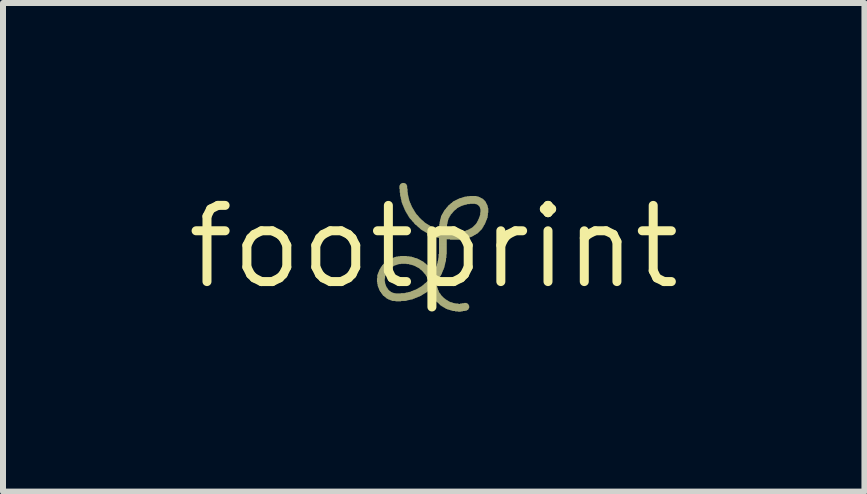
<source format=kicad_pcb>
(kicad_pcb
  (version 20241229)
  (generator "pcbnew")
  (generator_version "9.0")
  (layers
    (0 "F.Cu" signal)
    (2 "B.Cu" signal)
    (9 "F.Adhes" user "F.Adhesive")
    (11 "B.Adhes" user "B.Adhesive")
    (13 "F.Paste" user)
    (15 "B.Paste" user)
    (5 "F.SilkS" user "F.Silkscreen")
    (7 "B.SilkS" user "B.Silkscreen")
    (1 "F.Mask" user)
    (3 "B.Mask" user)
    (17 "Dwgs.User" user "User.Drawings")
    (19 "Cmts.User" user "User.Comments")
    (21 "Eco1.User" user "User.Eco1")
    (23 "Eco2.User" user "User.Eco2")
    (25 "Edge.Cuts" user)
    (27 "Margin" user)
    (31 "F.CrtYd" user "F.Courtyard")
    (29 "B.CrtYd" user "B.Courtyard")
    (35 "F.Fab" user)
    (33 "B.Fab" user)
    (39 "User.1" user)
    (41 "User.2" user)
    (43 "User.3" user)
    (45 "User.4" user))
  (footprint "footprint"
    (layer "F.Cu")
    (at 4.18 1.064)
    (property "Reference" "footprint" (at 0 0 0) (layer "F.SilkS") (effects (font (size 1.27 1.27) (thickness 0.15))))
    (fp_poly (pts (xy -0.946 0.528) (xy -0.811 0.528) (xy -0.811 0.523) (xy -0.946 0.523)) (stroke (width 0) (type solid)) (fill yes) (layer "F.SilkS"))
    (fp_poly (pts (xy -0.946 0.534) (xy -0.817 0.534) (xy -0.817 0.528) (xy -0.946 0.528)) (stroke (width 0) (type solid)) (fill yes) (layer "F.SilkS"))
    (fp_poly (pts (xy -0.946 0.539) (xy -0.817 0.539) (xy -0.817 0.534) (xy -0.946 0.534)) (stroke (width 0) (type solid)) (fill yes) (layer "F.SilkS"))
    (fp_poly (pts (xy -0.946 0.545) (xy -0.817 0.545) (xy -0.817 0.539) (xy -0.946 0.539)) (stroke (width 0) (type solid)) (fill yes) (layer "F.SilkS"))
    (fp_poly (pts (xy -0.946 0.551) (xy -0.817 0.551) (xy -0.817 0.545) (xy -0.946 0.545)) (stroke (width 0) (type solid)) (fill yes) (layer "F.SilkS"))
    (fp_poly (pts (xy -0.946 0.556) (xy -0.817 0.556) (xy -0.817 0.551) (xy -0.946 0.551)) (stroke (width 0) (type solid)) (fill yes) (layer "F.SilkS"))
    (fp_poly (pts (xy -0.946 0.562) (xy -0.817 0.562) (xy -0.817 0.556) (xy -0.946 0.556)) (stroke (width 0) (type solid)) (fill yes) (layer "F.SilkS"))
    (fp_poly (pts (xy -0.946 0.567) (xy -0.817 0.567) (xy -0.817 0.562) (xy -0.946 0.562)) (stroke (width 0) (type solid)) (fill yes) (layer "F.SilkS"))
    (fp_poly (pts (xy -0.946 0.573) (xy -0.817 0.573) (xy -0.817 0.567) (xy -0.946 0.567)) (stroke (width 0) (type solid)) (fill yes) (layer "F.SilkS"))
    (fp_poly (pts (xy -0.946 0.579) (xy -0.817 0.579) (xy -0.817 0.573) (xy -0.946 0.573)) (stroke (width 0) (type solid)) (fill yes) (layer "F.SilkS"))
    (fp_poly (pts (xy -0.946 0.584) (xy -0.811 0.584) (xy -0.811 0.579) (xy -0.946 0.579)) (stroke (width 0) (type solid)) (fill yes) (layer "F.SilkS"))
    (fp_poly (pts (xy -0.946 0.59) (xy -0.811 0.59) (xy -0.811 0.584) (xy -0.946 0.584)) (stroke (width 0) (type solid)) (fill yes) (layer "F.SilkS"))
    (fp_poly (pts (xy -0.94 0.472) (xy -0.8 0.472) (xy -0.8 0.467) (xy -0.94 0.467)) (stroke (width 0) (type solid)) (fill yes) (layer "F.SilkS"))
    (fp_poly (pts (xy -0.94 0.478) (xy -0.8 0.478) (xy -0.8 0.472) (xy -0.94 0.472)) (stroke (width 0) (type solid)) (fill yes) (layer "F.SilkS"))
    (fp_poly (pts (xy -0.94 0.484) (xy -0.806 0.484) (xy -0.806 0.478) (xy -0.94 0.478)) (stroke (width 0) (type solid)) (fill yes) (layer "F.SilkS"))
    (fp_poly (pts (xy -0.94 0.489) (xy -0.806 0.489) (xy -0.806 0.484) (xy -0.94 0.484)) (stroke (width 0) (type solid)) (fill yes) (layer "F.SilkS"))
    (fp_poly (pts (xy -0.94 0.495) (xy -0.811 0.495) (xy -0.811 0.489) (xy -0.94 0.489)) (stroke (width 0) (type solid)) (fill yes) (layer "F.SilkS"))
    (fp_poly (pts (xy -0.94 0.5) (xy -0.811 0.5) (xy -0.811 0.495) (xy -0.94 0.495)) (stroke (width 0) (type solid)) (fill yes) (layer "F.SilkS"))
    (fp_poly (pts (xy -0.94 0.506) (xy -0.811 0.506) (xy -0.811 0.5) (xy -0.94 0.5)) (stroke (width 0) (type solid)) (fill yes) (layer "F.SilkS"))
    (fp_poly (pts (xy -0.94 0.512) (xy -0.811 0.512) (xy -0.811 0.506) (xy -0.94 0.506)) (stroke (width 0) (type solid)) (fill yes) (layer "F.SilkS"))
    (fp_poly (pts (xy -0.94 0.517) (xy -0.811 0.517) (xy -0.811 0.512) (xy -0.94 0.512)) (stroke (width 0) (type solid)) (fill yes) (layer "F.SilkS"))
    (fp_poly (pts (xy -0.94 0.523) (xy -0.811 0.523) (xy -0.811 0.517) (xy -0.94 0.517)) (stroke (width 0) (type solid)) (fill yes) (layer "F.SilkS"))
    (fp_poly (pts (xy -0.94 0.595) (xy -0.811 0.595) (xy -0.811 0.59) (xy -0.94 0.59)) (stroke (width 0) (type solid)) (fill yes) (layer "F.SilkS"))
    (fp_poly (pts (xy -0.94 0.601) (xy -0.811 0.601) (xy -0.811 0.595) (xy -0.94 0.595)) (stroke (width 0) (type solid)) (fill yes) (layer "F.SilkS"))
    (fp_poly (pts (xy -0.94 0.607) (xy -0.811 0.607) (xy -0.811 0.601) (xy -0.94 0.601)) (stroke (width 0) (type solid)) (fill yes) (layer "F.SilkS"))
    (fp_poly (pts (xy -0.94 0.612) (xy -0.811 0.612) (xy -0.811 0.607) (xy -0.94 0.607)) (stroke (width 0) (type solid)) (fill yes) (layer "F.SilkS"))
    (fp_poly (pts (xy -0.94 0.618) (xy -0.806 0.618) (xy -0.806 0.612) (xy -0.94 0.612)) (stroke (width 0) (type solid)) (fill yes) (layer "F.SilkS"))
    (fp_poly (pts (xy -0.94 0.623) (xy -0.806 0.623) (xy -0.806 0.618) (xy -0.94 0.618)) (stroke (width 0) (type solid)) (fill yes) (layer "F.SilkS"))
    (fp_poly (pts (xy -0.934 0.456) (xy -0.795 0.456) (xy -0.795 0.45) (xy -0.934 0.45)) (stroke (width 0) (type solid)) (fill yes) (layer "F.SilkS"))
    (fp_poly (pts (xy -0.934 0.461) (xy -0.795 0.461) (xy -0.795 0.456) (xy -0.934 0.456)) (stroke (width 0) (type solid)) (fill yes) (layer "F.SilkS"))
    (fp_poly (pts (xy -0.934 0.467) (xy -0.8 0.467) (xy -0.8 0.461) (xy -0.934 0.461)) (stroke (width 0) (type solid)) (fill yes) (layer "F.SilkS"))
    (fp_poly (pts (xy -0.934 0.629) (xy -0.806 0.629) (xy -0.806 0.623) (xy -0.934 0.623)) (stroke (width 0) (type solid)) (fill yes) (layer "F.SilkS"))
    (fp_poly (pts (xy -0.934 0.634) (xy -0.8 0.634) (xy -0.8 0.629) (xy -0.934 0.629)) (stroke (width 0) (type solid)) (fill yes) (layer "F.SilkS"))
    (fp_poly (pts (xy -0.934 0.64) (xy -0.8 0.64) (xy -0.8 0.634) (xy -0.934 0.634)) (stroke (width 0) (type solid)) (fill yes) (layer "F.SilkS"))
    (fp_poly (pts (xy -0.934 0.645) (xy -0.8 0.645) (xy -0.8 0.64) (xy -0.934 0.64)) (stroke (width 0) (type solid)) (fill yes) (layer "F.SilkS"))
    (fp_poly (pts (xy -0.934 0.651) (xy -0.795 0.651) (xy -0.795 0.645) (xy -0.934 0.645)) (stroke (width 0) (type solid)) (fill yes) (layer "F.SilkS"))
    (fp_poly (pts (xy -0.934 0.657) (xy -0.795 0.657) (xy -0.795 0.651) (xy -0.934 0.651)) (stroke (width 0) (type solid)) (fill yes) (layer "F.SilkS"))
    (fp_poly (pts (xy -0.929 0.445) (xy -0.789 0.445) (xy -0.789 0.439) (xy -0.929 0.439)) (stroke (width 0) (type solid)) (fill yes) (layer "F.SilkS"))
    (fp_poly (pts (xy -0.929 0.45) (xy -0.795 0.45) (xy -0.795 0.445) (xy -0.929 0.445)) (stroke (width 0) (type solid)) (fill yes) (layer "F.SilkS"))
    (fp_poly (pts (xy -0.929 0.662) (xy -0.789 0.662) (xy -0.789 0.657) (xy -0.929 0.657)) (stroke (width 0) (type solid)) (fill yes) (layer "F.SilkS"))
    (fp_poly (pts (xy -0.929 0.668) (xy -0.789 0.668) (xy -0.789 0.662) (xy -0.929 0.662)) (stroke (width 0) (type solid)) (fill yes) (layer "F.SilkS"))
    (fp_poly (pts (xy -0.923 0.428) (xy -0.778 0.428) (xy -0.778 0.422) (xy -0.923 0.422)) (stroke (width 0) (type solid)) (fill yes) (layer "F.SilkS"))
    (fp_poly (pts (xy -0.923 0.433) (xy -0.784 0.433) (xy -0.784 0.428) (xy -0.923 0.428)) (stroke (width 0) (type solid)) (fill yes) (layer "F.SilkS"))
    (fp_poly (pts (xy -0.923 0.439) (xy -0.784 0.439) (xy -0.784 0.433) (xy -0.923 0.433)) (stroke (width 0) (type solid)) (fill yes) (layer "F.SilkS"))
    (fp_poly (pts (xy -0.923 0.673) (xy -0.789 0.673) (xy -0.789 0.668) (xy -0.923 0.668)) (stroke (width 0) (type solid)) (fill yes) (layer "F.SilkS"))
    (fp_poly (pts (xy -0.923 0.679) (xy -0.784 0.679) (xy -0.784 0.673) (xy -0.923 0.673)) (stroke (width 0) (type solid)) (fill yes) (layer "F.SilkS"))
    (fp_poly (pts (xy -0.923 0.684) (xy -0.778 0.684) (xy -0.778 0.679) (xy -0.923 0.679)) (stroke (width 0) (type solid)) (fill yes) (layer "F.SilkS"))
    (fp_poly (pts (xy -0.918 0.417) (xy -0.772 0.417) (xy -0.772 0.411) (xy -0.918 0.411)) (stroke (width 0) (type solid)) (fill yes) (layer "F.SilkS"))
    (fp_poly (pts (xy -0.918 0.422) (xy -0.778 0.422) (xy -0.778 0.417) (xy -0.918 0.417)) (stroke (width 0) (type solid)) (fill yes) (layer "F.SilkS"))
    (fp_poly (pts (xy -0.918 0.69) (xy -0.772 0.69) (xy -0.772 0.684) (xy -0.918 0.684)) (stroke (width 0) (type solid)) (fill yes) (layer "F.SilkS"))
    (fp_poly (pts (xy -0.918 0.696) (xy -0.772 0.696) (xy -0.772 0.69) (xy -0.918 0.69)) (stroke (width 0) (type solid)) (fill yes) (layer "F.SilkS"))
    (fp_poly (pts (xy -0.912 0.4) (xy -0.761 0.4) (xy -0.761 0.394) (xy -0.912 0.394)) (stroke (width 0) (type solid)) (fill yes) (layer "F.SilkS"))
    (fp_poly (pts (xy -0.912 0.405) (xy -0.767 0.405) (xy -0.767 0.4) (xy -0.912 0.4)) (stroke (width 0) (type solid)) (fill yes) (layer "F.SilkS"))
    (fp_poly (pts (xy -0.912 0.411) (xy -0.767 0.411) (xy -0.767 0.405) (xy -0.912 0.405)) (stroke (width 0) (type solid)) (fill yes) (layer "F.SilkS"))
    (fp_poly (pts (xy -0.912 0.701) (xy -0.767 0.701) (xy -0.767 0.696) (xy -0.912 0.696)) (stroke (width 0) (type solid)) (fill yes) (layer "F.SilkS"))
    (fp_poly (pts (xy -0.912 0.707) (xy -0.761 0.707) (xy -0.761 0.701) (xy -0.912 0.701)) (stroke (width 0) (type solid)) (fill yes) (layer "F.SilkS"))
    (fp_poly (pts (xy -0.912 0.713) (xy -0.761 0.713) (xy -0.761 0.707) (xy -0.912 0.707)) (stroke (width 0) (type solid)) (fill yes) (layer "F.SilkS"))
    (fp_poly (pts (xy -0.906 0.389) (xy -0.75 0.389) (xy -0.75 0.383) (xy -0.906 0.383)) (stroke (width 0) (type solid)) (fill yes) (layer "F.SilkS"))
    (fp_poly (pts (xy -0.906 0.394) (xy -0.756 0.394) (xy -0.756 0.389) (xy -0.906 0.389)) (stroke (width 0) (type solid)) (fill yes) (layer "F.SilkS"))
    (fp_poly (pts (xy -0.906 0.718) (xy -0.756 0.718) (xy -0.756 0.713) (xy -0.906 0.713)) (stroke (width 0) (type solid)) (fill yes) (layer "F.SilkS"))
    (fp_poly (pts (xy -0.906 0.724) (xy -0.75 0.724) (xy -0.75 0.718) (xy -0.906 0.718)) (stroke (width 0) (type solid)) (fill yes) (layer "F.SilkS"))
    (fp_poly (pts (xy -0.901 0.377) (xy -0.739 0.377) (xy -0.739 0.372) (xy -0.901 0.372)) (stroke (width 0) (type solid)) (fill yes) (layer "F.SilkS"))
    (fp_poly (pts (xy -0.901 0.383) (xy -0.745 0.383) (xy -0.745 0.377) (xy -0.901 0.377)) (stroke (width 0) (type solid)) (fill yes) (layer "F.SilkS"))
    (fp_poly (pts (xy -0.901 0.729) (xy -0.745 0.729) (xy -0.745 0.724) (xy -0.901 0.724)) (stroke (width 0) (type solid)) (fill yes) (layer "F.SilkS"))
    (fp_poly (pts (xy -0.901 0.735) (xy -0.739 0.735) (xy -0.739 0.729) (xy -0.901 0.729)) (stroke (width 0) (type solid)) (fill yes) (layer "F.SilkS"))
    (fp_poly (pts (xy -0.895 0.372) (xy -0.733 0.372) (xy -0.733 0.366) (xy -0.895 0.366)) (stroke (width 0) (type solid)) (fill yes) (layer "F.SilkS"))
    (fp_poly (pts (xy -0.895 0.74) (xy -0.728 0.74) (xy -0.728 0.735) (xy -0.895 0.735)) (stroke (width 0) (type solid)) (fill yes) (layer "F.SilkS"))
    (fp_poly (pts (xy -0.895 0.746) (xy -0.722 0.746) (xy -0.722 0.74) (xy -0.895 0.74)) (stroke (width 0) (type solid)) (fill yes) (layer "F.SilkS"))
    (fp_poly (pts (xy -0.89 0.361) (xy -0.722 0.361) (xy -0.722 0.355) (xy -0.89 0.355)) (stroke (width 0) (type solid)) (fill yes) (layer "F.SilkS"))
    (fp_poly (pts (xy -0.89 0.366) (xy -0.728 0.366) (xy -0.728 0.361) (xy -0.89 0.361)) (stroke (width 0) (type solid)) (fill yes) (layer "F.SilkS"))
    (fp_poly (pts (xy -0.89 0.752) (xy -0.717 0.752) (xy -0.717 0.746) (xy -0.89 0.746)) (stroke (width 0) (type solid)) (fill yes) (layer "F.SilkS"))
    (fp_poly (pts (xy -0.884 0.349) (xy -0.711 0.349) (xy -0.711 0.344) (xy -0.884 0.344)) (stroke (width 0) (type solid)) (fill yes) (layer "F.SilkS"))
    (fp_poly (pts (xy -0.884 0.355) (xy -0.717 0.355) (xy -0.717 0.349) (xy -0.884 0.349)) (stroke (width 0) (type solid)) (fill yes) (layer "F.SilkS"))
    (fp_poly (pts (xy -0.884 0.757) (xy -0.711 0.757) (xy -0.711 0.752) (xy -0.884 0.752)) (stroke (width 0) (type solid)) (fill yes) (layer "F.SilkS"))
    (fp_poly (pts (xy -0.879 0.344) (xy -0.7 0.344) (xy -0.7 0.338) (xy -0.879 0.338)) (stroke (width 0) (type solid)) (fill yes) (layer "F.SilkS"))
    (fp_poly (pts (xy -0.879 0.763) (xy -0.694 0.763) (xy -0.694 0.757) (xy -0.879 0.757)) (stroke (width 0) (type solid)) (fill yes) (layer "F.SilkS"))
    (fp_poly (pts (xy -0.879 0.768) (xy -0.683 0.768) (xy -0.683 0.763) (xy -0.879 0.763)) (stroke (width 0) (type solid)) (fill yes) (layer "F.SilkS"))
    (fp_poly (pts (xy -0.873 0.333) (xy -0.683 0.333) (xy -0.683 0.327) (xy -0.873 0.327)) (stroke (width 0) (type solid)) (fill yes) (layer "F.SilkS"))
    (fp_poly (pts (xy -0.873 0.338) (xy -0.694 0.338) (xy -0.694 0.333) (xy -0.873 0.333)) (stroke (width 0) (type solid)) (fill yes) (layer "F.SilkS"))
    (fp_poly (pts (xy -0.873 0.774) (xy -0.666 0.774) (xy -0.666 0.768) (xy -0.873 0.768)) (stroke (width 0) (type solid)) (fill yes) (layer "F.SilkS"))
    (fp_poly (pts (xy -0.867 0.327) (xy -0.672 0.327) (xy -0.672 0.322) (xy -0.867 0.322)) (stroke (width 0) (type solid)) (fill yes) (layer "F.SilkS"))
    (fp_poly (pts (xy -0.867 0.779) (xy -0.638 0.779) (xy -0.638 0.774) (xy -0.867 0.774)) (stroke (width 0) (type solid)) (fill yes) (layer "F.SilkS"))
    (fp_poly (pts (xy -0.867 0.785) (xy -0.158 0.785) (xy -0.158 0.779) (xy -0.867 0.779)) (stroke (width 0) (type solid)) (fill yes) (layer "F.SilkS"))
    (fp_poly (pts (xy -0.862 0.316) (xy -0.655 0.316) (xy -0.655 0.31) (xy -0.862 0.31)) (stroke (width 0) (type solid)) (fill yes) (layer "F.SilkS"))
    (fp_poly (pts (xy -0.862 0.322) (xy -0.666 0.322) (xy -0.666 0.316) (xy -0.862 0.316)) (stroke (width 0) (type solid)) (fill yes) (layer "F.SilkS"))
    (fp_poly (pts (xy -0.862 0.791) (xy -0.169 0.791) (xy -0.169 0.785) (xy -0.862 0.785)) (stroke (width 0) (type solid)) (fill yes) (layer "F.SilkS"))
    (fp_poly (pts (xy -0.856 0.31) (xy -0.638 0.31) (xy -0.638 0.305) (xy -0.856 0.305)) (stroke (width 0) (type solid)) (fill yes) (layer "F.SilkS"))
    (fp_poly (pts (xy -0.856 0.796) (xy -0.18 0.796) (xy -0.18 0.791) (xy -0.856 0.791)) (stroke (width 0) (type solid)) (fill yes) (layer "F.SilkS"))
    (fp_poly (pts (xy -0.851 0.305) (xy -0.622 0.305) (xy -0.622 0.299) (xy -0.851 0.299)) (stroke (width 0) (type solid)) (fill yes) (layer "F.SilkS"))
    (fp_poly (pts (xy -0.851 0.802) (xy -0.186 0.802) (xy -0.186 0.796) (xy -0.851 0.796)) (stroke (width 0) (type solid)) (fill yes) (layer "F.SilkS"))
    (fp_poly (pts (xy -0.851 0.807) (xy -0.197 0.807) (xy -0.197 0.802) (xy -0.851 0.802)) (stroke (width 0) (type solid)) (fill yes) (layer "F.SilkS"))
    (fp_poly (pts (xy -0.845 0.299) (xy -0.61 0.299) (xy -0.61 0.294) (xy -0.845 0.294)) (stroke (width 0) (type solid)) (fill yes) (layer "F.SilkS"))
    (fp_poly (pts (xy -0.845 0.813) (xy -0.203 0.813) (xy -0.203 0.807) (xy -0.845 0.807)) (stroke (width 0) (type solid)) (fill yes) (layer "F.SilkS"))
    (fp_poly (pts (xy -0.84 0.294) (xy -0.588 0.294) (xy -0.588 0.288) (xy -0.84 0.288)) (stroke (width 0) (type solid)) (fill yes) (layer "F.SilkS"))
    (fp_poly (pts (xy -0.84 0.819) (xy -0.214 0.819) (xy -0.214 0.813) (xy -0.84 0.813)) (stroke (width 0) (type solid)) (fill yes) (layer "F.SilkS"))
    (fp_poly (pts (xy -0.834 0.288) (xy -0.549 0.288) (xy -0.549 0.282) (xy -0.834 0.282)) (stroke (width 0) (type solid)) (fill yes) (layer "F.SilkS"))
    (fp_poly (pts (xy -0.828 0.282) (xy -0.136 0.282) (xy -0.136 0.277) (xy -0.828 0.277)) (stroke (width 0) (type solid)) (fill yes) (layer "F.SilkS"))
    (fp_poly (pts (xy -0.828 0.824) (xy -0.225 0.824) (xy -0.225 0.819) (xy -0.828 0.819)) (stroke (width 0) (type solid)) (fill yes) (layer "F.SilkS"))
    (fp_poly (pts (xy -0.823 0.277) (xy -0.147 0.277) (xy -0.147 0.271) (xy -0.823 0.271)) (stroke (width 0) (type solid)) (fill yes) (layer "F.SilkS"))
    (fp_poly (pts (xy -0.823 0.83) (xy -0.236 0.83) (xy -0.236 0.824) (xy -0.823 0.824)) (stroke (width 0) (type solid)) (fill yes) (layer "F.SilkS"))
    (fp_poly (pts (xy -0.817 0.271) (xy -0.152 0.271) (xy -0.152 0.266) (xy -0.817 0.266)) (stroke (width 0) (type solid)) (fill yes) (layer "F.SilkS"))
    (fp_poly (pts (xy -0.817 0.835) (xy -0.253 0.835) (xy -0.253 0.83) (xy -0.817 0.83)) (stroke (width 0) (type solid)) (fill yes) (layer "F.SilkS"))
    (fp_poly (pts (xy -0.811 0.266) (xy -0.158 0.266) (xy -0.158 0.26) (xy -0.811 0.26)) (stroke (width 0) (type solid)) (fill yes) (layer "F.SilkS"))
    (fp_poly (pts (xy -0.811 0.841) (xy -0.264 0.841) (xy -0.264 0.835) (xy -0.811 0.835)) (stroke (width 0) (type solid)) (fill yes) (layer "F.SilkS"))
    (fp_poly (pts (xy -0.806 0.26) (xy -0.164 0.26) (xy -0.164 0.255) (xy -0.806 0.255)) (stroke (width 0) (type solid)) (fill yes) (layer "F.SilkS"))
    (fp_poly (pts (xy -0.8 0.255) (xy -0.169 0.255) (xy -0.169 0.249) (xy -0.8 0.249)) (stroke (width 0) (type solid)) (fill yes) (layer "F.SilkS"))
    (fp_poly (pts (xy -0.8 0.847) (xy -0.281 0.847) (xy -0.281 0.841) (xy -0.8 0.841)) (stroke (width 0) (type solid)) (fill yes) (layer "F.SilkS"))
    (fp_poly (pts (xy -0.795 0.249) (xy -0.18 0.249) (xy -0.18 0.243) (xy -0.795 0.243)) (stroke (width 0) (type solid)) (fill yes) (layer "F.SilkS"))
    (fp_poly (pts (xy -0.795 0.852) (xy -0.292 0.852) (xy -0.292 0.847) (xy -0.795 0.847)) (stroke (width 0) (type solid)) (fill yes) (layer "F.SilkS"))
    (fp_poly (pts (xy -0.789 0.858) (xy -0.309 0.858) (xy -0.309 0.852) (xy -0.789 0.852)) (stroke (width 0) (type solid)) (fill yes) (layer "F.SilkS"))
    (fp_poly (pts (xy -0.784 0.243) (xy -0.192 0.243) (xy -0.192 0.238) (xy -0.784 0.238)) (stroke (width 0) (type solid)) (fill yes) (layer "F.SilkS"))
    (fp_poly (pts (xy -0.784 0.863) (xy -0.32 0.863) (xy -0.32 0.858) (xy -0.784 0.858)) (stroke (width 0) (type solid)) (fill yes) (layer "F.SilkS"))
    (fp_poly (pts (xy -0.772 0.238) (xy -0.203 0.238) (xy -0.203 0.232) (xy -0.772 0.232)) (stroke (width 0) (type solid)) (fill yes) (layer "F.SilkS"))
    (fp_poly (pts (xy -0.772 0.869) (xy -0.337 0.869) (xy -0.337 0.863) (xy -0.772 0.863)) (stroke (width 0) (type solid)) (fill yes) (layer "F.SilkS"))
    (fp_poly (pts (xy -0.767 0.232) (xy -0.208 0.232) (xy -0.208 0.227) (xy -0.767 0.227)) (stroke (width 0) (type solid)) (fill yes) (layer "F.SilkS"))
    (fp_poly (pts (xy -0.761 0.875) (xy -0.348 0.875) (xy -0.348 0.869) (xy -0.761 0.869)) (stroke (width 0) (type solid)) (fill yes) (layer "F.SilkS"))
    (fp_poly (pts (xy -0.756 0.227) (xy -0.22 0.227) (xy -0.22 0.221) (xy -0.756 0.221)) (stroke (width 0) (type solid)) (fill yes) (layer "F.SilkS"))
    (fp_poly (pts (xy -0.75 0.88) (xy -0.37 0.88) (xy -0.37 0.875) (xy -0.75 0.875)) (stroke (width 0) (type solid)) (fill yes) (layer "F.SilkS"))
    (fp_poly (pts (xy -0.745 0.221) (xy -0.231 0.221) (xy -0.231 0.215) (xy -0.745 0.215)) (stroke (width 0) (type solid)) (fill yes) (layer "F.SilkS"))
    (fp_poly (pts (xy -0.739 0.215) (xy -0.242 0.215) (xy -0.242 0.21) (xy -0.739 0.21)) (stroke (width 0) (type solid)) (fill yes) (layer "F.SilkS"))
    (fp_poly (pts (xy -0.733 0.886) (xy -0.398 0.886) (xy -0.398 0.88) (xy -0.733 0.88)) (stroke (width 0) (type solid)) (fill yes) (layer "F.SilkS"))
    (fp_poly (pts (xy -0.728 0.21) (xy -0.253 0.21) (xy -0.253 0.204) (xy -0.728 0.204)) (stroke (width 0) (type solid)) (fill yes) (layer "F.SilkS"))
    (fp_poly (pts (xy -0.722 0.891) (xy -0.421 0.891) (xy -0.421 0.886) (xy -0.722 0.886)) (stroke (width 0) (type solid)) (fill yes) (layer "F.SilkS"))
    (fp_poly (pts (xy -0.717 0.204) (xy -0.264 0.204) (xy -0.264 0.199) (xy -0.717 0.199)) (stroke (width 0) (type solid)) (fill yes) (layer "F.SilkS"))
    (fp_poly (pts (xy -0.705 0.199) (xy -0.275 0.199) (xy -0.275 0.193) (xy -0.705 0.193)) (stroke (width 0) (type solid)) (fill yes) (layer "F.SilkS"))
    (fp_poly (pts (xy -0.705 0.897) (xy -0.443 0.897) (xy -0.443 0.891) (xy -0.705 0.891)) (stroke (width 0) (type solid)) (fill yes) (layer "F.SilkS"))
    (fp_poly (pts (xy -0.694 0.902) (xy -0.465 0.902) (xy -0.465 0.897) (xy -0.694 0.897)) (stroke (width 0) (type solid)) (fill yes) (layer "F.SilkS"))
    (fp_poly (pts (xy -0.689 0.193) (xy -0.292 0.193) (xy -0.292 0.188) (xy -0.689 0.188)) (stroke (width 0) (type solid)) (fill yes) (layer "F.SilkS"))
    (fp_poly (pts (xy -0.677 0.188) (xy -0.315 0.188) (xy -0.315 0.182) (xy -0.677 0.182)) (stroke (width 0) (type solid)) (fill yes) (layer "F.SilkS"))
    (fp_poly (pts (xy -0.661 0.182) (xy -0.331 0.182) (xy -0.331 0.176) (xy -0.661 0.176)) (stroke (width 0) (type solid)) (fill yes) (layer "F.SilkS"))
    (fp_poly (pts (xy -0.649 0.176) (xy -0.348 0.176) (xy -0.348 0.171) (xy -0.649 0.171)) (stroke (width 0) (type solid)) (fill yes) (layer "F.SilkS"))
    (fp_poly (pts (xy -0.638 0.908) (xy -0.543 0.908) (xy -0.543 0.902) (xy -0.638 0.902)) (stroke (width 0) (type solid)) (fill yes) (layer "F.SilkS"))
    (fp_poly (pts (xy -0.633 0.171) (xy -0.365 0.171) (xy -0.365 0.165) (xy -0.633 0.165)) (stroke (width 0) (type solid)) (fill yes) (layer "F.SilkS"))
    (fp_poly (pts (xy -0.599 0.165) (xy -0.404 0.165) (xy -0.404 0.16) (xy -0.599 0.16)) (stroke (width 0) (type solid)) (fill yes) (layer "F.SilkS"))
    (fp_poly (pts (xy -0.571 -1.014) (xy -0.443 -1.014) (xy -0.443 -1.019) (xy -0.571 -1.019)) (stroke (width 0) (type solid)) (fill yes) (layer "F.SilkS"))
    (fp_poly (pts (xy -0.571 -1.008) (xy -0.443 -1.008) (xy -0.443 -1.014) (xy -0.571 -1.014)) (stroke (width 0) (type solid)) (fill yes) (layer "F.SilkS"))
    (fp_poly (pts (xy -0.571 -1.002) (xy -0.443 -1.002) (xy -0.443 -1.008) (xy -0.571 -1.008)) (stroke (width 0) (type solid)) (fill yes) (layer "F.SilkS"))
    (fp_poly (pts (xy -0.571 -0.997) (xy -0.443 -0.997) (xy -0.443 -1.002) (xy -0.571 -1.002)) (stroke (width 0) (type solid)) (fill yes) (layer "F.SilkS"))
    (fp_poly (pts (xy -0.571 -0.991) (xy -0.443 -0.991) (xy -0.443 -0.997) (xy -0.571 -0.997)) (stroke (width 0) (type solid)) (fill yes) (layer "F.SilkS"))
    (fp_poly (pts (xy -0.571 -0.986) (xy -0.443 -0.986) (xy -0.443 -0.991) (xy -0.571 -0.991)) (stroke (width 0) (type solid)) (fill yes) (layer "F.SilkS"))
    (fp_poly (pts (xy -0.571 -0.98) (xy -0.443 -0.98) (xy -0.443 -0.986) (xy -0.571 -0.986)) (stroke (width 0) (type solid)) (fill yes) (layer "F.SilkS"))
    (fp_poly (pts (xy -0.571 -0.975) (xy -0.443 -0.975) (xy -0.443 -0.98) (xy -0.571 -0.98)) (stroke (width 0) (type solid)) (fill yes) (layer "F.SilkS"))
    (fp_poly (pts (xy -0.571 -0.969) (xy -0.443 -0.969) (xy -0.443 -0.975) (xy -0.571 -0.975)) (stroke (width 0) (type solid)) (fill yes) (layer "F.SilkS"))
    (fp_poly (pts (xy -0.571 -0.963) (xy -0.437 -0.963) (xy -0.437 -0.969) (xy -0.571 -0.969)) (stroke (width 0) (type solid)) (fill yes) (layer "F.SilkS"))
    (fp_poly (pts (xy -0.566 -1.025) (xy -0.449 -1.025) (xy -0.449 -1.03) (xy -0.566 -1.03)) (stroke (width 0) (type solid)) (fill yes) (layer "F.SilkS"))
    (fp_poly (pts (xy -0.566 -1.019) (xy -0.449 -1.019) (xy -0.449 -1.025) (xy -0.566 -1.025)) (stroke (width 0) (type solid)) (fill yes) (layer "F.SilkS"))
    (fp_poly (pts (xy -0.566 -0.958) (xy -0.437 -0.958) (xy -0.437 -0.963) (xy -0.566 -0.963)) (stroke (width 0) (type solid)) (fill yes) (layer "F.SilkS"))
    (fp_poly (pts (xy -0.566 -0.952) (xy -0.437 -0.952) (xy -0.437 -0.958) (xy -0.566 -0.958)) (stroke (width 0) (type solid)) (fill yes) (layer "F.SilkS"))
    (fp_poly (pts (xy -0.566 -0.947) (xy -0.437 -0.947) (xy -0.437 -0.952) (xy -0.566 -0.952)) (stroke (width 0) (type solid)) (fill yes) (layer "F.SilkS"))
    (fp_poly (pts (xy -0.566 -0.941) (xy -0.437 -0.941) (xy -0.437 -0.947) (xy -0.566 -0.947)) (stroke (width 0) (type solid)) (fill yes) (layer "F.SilkS"))
    (fp_poly (pts (xy -0.566 -0.935) (xy -0.437 -0.935) (xy -0.437 -0.941) (xy -0.566 -0.941)) (stroke (width 0) (type solid)) (fill yes) (layer "F.SilkS"))
    (fp_poly (pts (xy -0.566 -0.93) (xy -0.437 -0.93) (xy -0.437 -0.935) (xy -0.566 -0.935)) (stroke (width 0) (type solid)) (fill yes) (layer "F.SilkS"))
    (fp_poly (pts (xy -0.566 -0.924) (xy -0.437 -0.924) (xy -0.437 -0.93) (xy -0.566 -0.93)) (stroke (width 0) (type solid)) (fill yes) (layer "F.SilkS"))
    (fp_poly (pts (xy -0.566 -0.919) (xy -0.437 -0.919) (xy -0.437 -0.924) (xy -0.566 -0.924)) (stroke (width 0) (type solid)) (fill yes) (layer "F.SilkS"))
    (fp_poly (pts (xy -0.566 -0.913) (xy -0.437 -0.913) (xy -0.437 -0.919) (xy -0.566 -0.919)) (stroke (width 0) (type solid)) (fill yes) (layer "F.SilkS"))
    (fp_poly (pts (xy -0.566 -0.907) (xy -0.437 -0.907) (xy -0.437 -0.913) (xy -0.566 -0.913)) (stroke (width 0) (type solid)) (fill yes) (layer "F.SilkS"))
    (fp_poly (pts (xy -0.566 -0.902) (xy -0.432 -0.902) (xy -0.432 -0.907) (xy -0.566 -0.907)) (stroke (width 0) (type solid)) (fill yes) (layer "F.SilkS"))
    (fp_poly (pts (xy -0.56 -1.036) (xy -0.454 -1.036) (xy -0.454 -1.042) (xy -0.56 -1.042)) (stroke (width 0) (type solid)) (fill yes) (layer "F.SilkS"))
    (fp_poly (pts (xy -0.56 -1.03) (xy -0.454 -1.03) (xy -0.454 -1.036) (xy -0.56 -1.036)) (stroke (width 0) (type solid)) (fill yes) (layer "F.SilkS"))
    (fp_poly (pts (xy -0.56 -0.896) (xy -0.432 -0.896) (xy -0.432 -0.902) (xy -0.56 -0.902)) (stroke (width 0) (type solid)) (fill yes) (layer "F.SilkS"))
    (fp_poly (pts (xy -0.56 -0.891) (xy -0.432 -0.891) (xy -0.432 -0.896) (xy -0.56 -0.896)) (stroke (width 0) (type solid)) (fill yes) (layer "F.SilkS"))
    (fp_poly (pts (xy -0.56 -0.885) (xy -0.432 -0.885) (xy -0.432 -0.891) (xy -0.56 -0.891)) (stroke (width 0) (type solid)) (fill yes) (layer "F.SilkS"))
    (fp_poly (pts (xy -0.56 -0.88) (xy -0.432 -0.88) (xy -0.432 -0.885) (xy -0.56 -0.885)) (stroke (width 0) (type solid)) (fill yes) (layer "F.SilkS"))
    (fp_poly (pts (xy -0.56 -0.874) (xy -0.432 -0.874) (xy -0.432 -0.88) (xy -0.56 -0.88)) (stroke (width 0) (type solid)) (fill yes) (layer "F.SilkS"))
    (fp_poly (pts (xy -0.56 -0.868) (xy -0.432 -0.868) (xy -0.432 -0.874) (xy -0.56 -0.874)) (stroke (width 0) (type solid)) (fill yes) (layer "F.SilkS"))
    (fp_poly (pts (xy -0.56 -0.863) (xy -0.426 -0.863) (xy -0.426 -0.868) (xy -0.56 -0.868)) (stroke (width 0) (type solid)) (fill yes) (layer "F.SilkS"))
    (fp_poly (pts (xy -0.56 -0.857) (xy -0.426 -0.857) (xy -0.426 -0.863) (xy -0.56 -0.863)) (stroke (width 0) (type solid)) (fill yes) (layer "F.SilkS"))
    (fp_poly (pts (xy -0.56 -0.852) (xy -0.426 -0.852) (xy -0.426 -0.857) (xy -0.56 -0.857)) (stroke (width 0) (type solid)) (fill yes) (layer "F.SilkS"))
    (fp_poly (pts (xy -0.56 0.16) (xy -0.449 0.16) (xy -0.449 0.154) (xy -0.56 0.154)) (stroke (width 0) (type solid)) (fill yes) (layer "F.SilkS"))
    (fp_poly (pts (xy -0.554 -1.042) (xy -0.46 -1.042) (xy -0.46 -1.047) (xy -0.554 -1.047)) (stroke (width 0) (type solid)) (fill yes) (layer "F.SilkS"))
    (fp_poly (pts (xy -0.554 -0.846) (xy -0.426 -0.846) (xy -0.426 -0.852) (xy -0.554 -0.852)) (stroke (width 0) (type solid)) (fill yes) (layer "F.SilkS"))
    (fp_poly (pts (xy -0.554 -0.841) (xy -0.426 -0.841) (xy -0.426 -0.846) (xy -0.554 -0.846)) (stroke (width 0) (type solid)) (fill yes) (layer "F.SilkS"))
    (fp_poly (pts (xy -0.554 -0.835) (xy -0.421 -0.835) (xy -0.421 -0.841) (xy -0.554 -0.841)) (stroke (width 0) (type solid)) (fill yes) (layer "F.SilkS"))
    (fp_poly (pts (xy -0.554 -0.829) (xy -0.421 -0.829) (xy -0.421 -0.835) (xy -0.554 -0.835)) (stroke (width 0) (type solid)) (fill yes) (layer "F.SilkS"))
    (fp_poly (pts (xy -0.549 -1.047) (xy -0.465 -1.047) (xy -0.465 -1.053) (xy -0.549 -1.053)) (stroke (width 0) (type solid)) (fill yes) (layer "F.SilkS"))
    (fp_poly (pts (xy -0.549 -0.824) (xy -0.421 -0.824) (xy -0.421 -0.829) (xy -0.549 -0.829)) (stroke (width 0) (type solid)) (fill yes) (layer "F.SilkS"))
    (fp_poly (pts (xy -0.549 -0.818) (xy -0.421 -0.818) (xy -0.421 -0.824) (xy -0.549 -0.824)) (stroke (width 0) (type solid)) (fill yes) (layer "F.SilkS"))
    (fp_poly (pts (xy -0.549 -0.812) (xy -0.415 -0.812) (xy -0.415 -0.818) (xy -0.549 -0.818)) (stroke (width 0) (type solid)) (fill yes) (layer "F.SilkS"))
    (fp_poly (pts (xy -0.549 -0.807) (xy -0.415 -0.807) (xy -0.415 -0.812) (xy -0.549 -0.812)) (stroke (width 0) (type solid)) (fill yes) (layer "F.SilkS"))
    (fp_poly (pts (xy -0.549 -0.801) (xy -0.415 -0.801) (xy -0.415 -0.807) (xy -0.549 -0.807)) (stroke (width 0) (type solid)) (fill yes) (layer "F.SilkS"))
    (fp_poly (pts (xy -0.549 0.779) (xy -0.152 0.779) (xy -0.152 0.774) (xy -0.549 0.774)) (stroke (width 0) (type solid)) (fill yes) (layer "F.SilkS"))
    (fp_poly (pts (xy -0.543 -0.796) (xy -0.415 -0.796) (xy -0.415 -0.801) (xy -0.543 -0.801)) (stroke (width 0) (type solid)) (fill yes) (layer "F.SilkS"))
    (fp_poly (pts (xy -0.543 -0.79) (xy -0.415 -0.79) (xy -0.415 -0.796) (xy -0.543 -0.796)) (stroke (width 0) (type solid)) (fill yes) (layer "F.SilkS"))
    (fp_poly (pts (xy -0.543 -0.785) (xy -0.409 -0.785) (xy -0.409 -0.79) (xy -0.543 -0.79)) (stroke (width 0) (type solid)) (fill yes) (layer "F.SilkS"))
    (fp_poly (pts (xy -0.543 -0.779) (xy -0.409 -0.779) (xy -0.409 -0.785) (xy -0.543 -0.785)) (stroke (width 0) (type solid)) (fill yes) (layer "F.SilkS"))
    (fp_poly (pts (xy -0.538 -1.053) (xy -0.476 -1.053) (xy -0.476 -1.058) (xy -0.538 -1.058)) (stroke (width 0) (type solid)) (fill yes) (layer "F.SilkS"))
    (fp_poly (pts (xy -0.538 -0.773) (xy -0.409 -0.773) (xy -0.409 -0.779) (xy -0.538 -0.779)) (stroke (width 0) (type solid)) (fill yes) (layer "F.SilkS"))
    (fp_poly (pts (xy -0.538 -0.768) (xy -0.409 -0.768) (xy -0.409 -0.773) (xy -0.538 -0.773)) (stroke (width 0) (type solid)) (fill yes) (layer "F.SilkS"))
    (fp_poly (pts (xy -0.538 -0.762) (xy -0.404 -0.762) (xy -0.404 -0.768) (xy -0.538 -0.768)) (stroke (width 0) (type solid)) (fill yes) (layer "F.SilkS"))
    (fp_poly (pts (xy -0.538 -0.757) (xy -0.404 -0.757) (xy -0.404 -0.762) (xy -0.538 -0.762)) (stroke (width 0) (type solid)) (fill yes) (layer "F.SilkS"))
    (fp_poly (pts (xy -0.538 -0.751) (xy -0.398 -0.751) (xy -0.398 -0.757) (xy -0.538 -0.757)) (stroke (width 0) (type solid)) (fill yes) (layer "F.SilkS"))
    (fp_poly (pts (xy -0.532 -0.746) (xy -0.398 -0.746) (xy -0.398 -0.751) (xy -0.532 -0.751)) (stroke (width 0) (type solid)) (fill yes) (layer "F.SilkS"))
    (fp_poly (pts (xy -0.532 -0.74) (xy -0.398 -0.74) (xy -0.398 -0.746) (xy -0.532 -0.746)) (stroke (width 0) (type solid)) (fill yes) (layer "F.SilkS"))
    (fp_poly (pts (xy -0.532 -0.734) (xy -0.393 -0.734) (xy -0.393 -0.74) (xy -0.532 -0.74)) (stroke (width 0) (type solid)) (fill yes) (layer "F.SilkS"))
    (fp_poly (pts (xy -0.532 -0.729) (xy -0.393 -0.729) (xy -0.393 -0.734) (xy -0.532 -0.734)) (stroke (width 0) (type solid)) (fill yes) (layer "F.SilkS"))
    (fp_poly (pts (xy -0.526 -1.058) (xy -0.488 -1.058) (xy -0.488 -1.064) (xy -0.526 -1.064)) (stroke (width 0) (type solid)) (fill yes) (layer "F.SilkS"))
    (fp_poly (pts (xy -0.526 -0.723) (xy -0.387 -0.723) (xy -0.387 -0.729) (xy -0.526 -0.729)) (stroke (width 0) (type solid)) (fill yes) (layer "F.SilkS"))
    (fp_poly (pts (xy -0.526 -0.718) (xy -0.387 -0.718) (xy -0.387 -0.723) (xy -0.526 -0.723)) (stroke (width 0) (type solid)) (fill yes) (layer "F.SilkS"))
    (fp_poly (pts (xy -0.521 -0.712) (xy -0.382 -0.712) (xy -0.382 -0.718) (xy -0.521 -0.718)) (stroke (width 0) (type solid)) (fill yes) (layer "F.SilkS"))
    (fp_poly (pts (xy -0.521 -0.706) (xy -0.382 -0.706) (xy -0.382 -0.712) (xy -0.521 -0.712)) (stroke (width 0) (type solid)) (fill yes) (layer "F.SilkS"))
    (fp_poly (pts (xy -0.521 -0.701) (xy -0.382 -0.701) (xy -0.382 -0.706) (xy -0.521 -0.706)) (stroke (width 0) (type solid)) (fill yes) (layer "F.SilkS"))
    (fp_poly (pts (xy -0.515 -0.695) (xy -0.376 -0.695) (xy -0.376 -0.701) (xy -0.515 -0.701)) (stroke (width 0) (type solid)) (fill yes) (layer "F.SilkS"))
    (fp_poly (pts (xy -0.515 -0.69) (xy -0.376 -0.69) (xy -0.376 -0.695) (xy -0.515 -0.695)) (stroke (width 0) (type solid)) (fill yes) (layer "F.SilkS"))
    (fp_poly (pts (xy -0.51 -0.684) (xy -0.37 -0.684) (xy -0.37 -0.69) (xy -0.51 -0.69)) (stroke (width 0) (type solid)) (fill yes) (layer "F.SilkS"))
    (fp_poly (pts (xy -0.51 -0.678) (xy -0.37 -0.678) (xy -0.37 -0.684) (xy -0.51 -0.684)) (stroke (width 0) (type solid)) (fill yes) (layer "F.SilkS"))
    (fp_poly (pts (xy -0.504 -0.673) (xy -0.365 -0.673) (xy -0.365 -0.678) (xy -0.504 -0.678)) (stroke (width 0) (type solid)) (fill yes) (layer "F.SilkS"))
    (fp_poly (pts (xy -0.504 -0.667) (xy -0.365 -0.667) (xy -0.365 -0.673) (xy -0.504 -0.673)) (stroke (width 0) (type solid)) (fill yes) (layer "F.SilkS"))
    (fp_poly (pts (xy -0.504 -0.662) (xy -0.365 -0.662) (xy -0.365 -0.667) (xy -0.504 -0.667)) (stroke (width 0) (type solid)) (fill yes) (layer "F.SilkS"))
    (fp_poly (pts (xy -0.499 -0.656) (xy -0.359 -0.656) (xy -0.359 -0.662) (xy -0.499 -0.662)) (stroke (width 0) (type solid)) (fill yes) (layer "F.SilkS"))
    (fp_poly (pts (xy -0.499 -0.65) (xy -0.354 -0.65) (xy -0.354 -0.656) (xy -0.499 -0.656)) (stroke (width 0) (type solid)) (fill yes) (layer "F.SilkS"))
    (fp_poly (pts (xy -0.493 -0.645) (xy -0.354 -0.645) (xy -0.354 -0.65) (xy -0.493 -0.65)) (stroke (width 0) (type solid)) (fill yes) (layer "F.SilkS"))
    (fp_poly (pts (xy -0.493 -0.639) (xy -0.348 -0.639) (xy -0.348 -0.645) (xy -0.493 -0.645)) (stroke (width 0) (type solid)) (fill yes) (layer "F.SilkS"))
    (fp_poly (pts (xy -0.488 -0.634) (xy -0.348 -0.634) (xy -0.348 -0.639) (xy -0.488 -0.639)) (stroke (width 0) (type solid)) (fill yes) (layer "F.SilkS"))
    (fp_poly (pts (xy -0.488 -0.628) (xy -0.342 -0.628) (xy -0.342 -0.634) (xy -0.488 -0.634)) (stroke (width 0) (type solid)) (fill yes) (layer "F.SilkS"))
    (fp_poly (pts (xy -0.488 -0.623) (xy -0.337 -0.623) (xy -0.337 -0.628) (xy -0.488 -0.628)) (stroke (width 0) (type solid)) (fill yes) (layer "F.SilkS"))
    (fp_poly (pts (xy -0.482 -0.617) (xy -0.337 -0.617) (xy -0.337 -0.623) (xy -0.482 -0.623)) (stroke (width 0) (type solid)) (fill yes) (layer "F.SilkS"))
    (fp_poly (pts (xy -0.482 -0.611) (xy -0.331 -0.611) (xy -0.331 -0.617) (xy -0.482 -0.617)) (stroke (width 0) (type solid)) (fill yes) (layer "F.SilkS"))
    (fp_poly (pts (xy -0.482 0.774) (xy -0.141 0.774) (xy -0.141 0.768) (xy -0.482 0.768)) (stroke (width 0) (type solid)) (fill yes) (layer "F.SilkS"))
    (fp_poly (pts (xy -0.476 -0.606) (xy -0.331 -0.606) (xy -0.331 -0.611) (xy -0.476 -0.611)) (stroke (width 0) (type solid)) (fill yes) (layer "F.SilkS"))
    (fp_poly (pts (xy -0.476 -0.6) (xy -0.326 -0.6) (xy -0.326 -0.606) (xy -0.476 -0.606)) (stroke (width 0) (type solid)) (fill yes) (layer "F.SilkS"))
    (fp_poly (pts (xy -0.471 -0.595) (xy -0.32 -0.595) (xy -0.32 -0.6) (xy -0.471 -0.6)) (stroke (width 0) (type solid)) (fill yes) (layer "F.SilkS"))
    (fp_poly (pts (xy -0.471 -0.589) (xy -0.32 -0.589) (xy -0.32 -0.595) (xy -0.471 -0.595)) (stroke (width 0) (type solid)) (fill yes) (layer "F.SilkS"))
    (fp_poly (pts (xy -0.465 -0.583) (xy -0.315 -0.583) (xy -0.315 -0.589) (xy -0.465 -0.589)) (stroke (width 0) (type solid)) (fill yes) (layer "F.SilkS"))
    (fp_poly (pts (xy -0.465 -0.578) (xy -0.315 -0.578) (xy -0.315 -0.583) (xy -0.465 -0.583)) (stroke (width 0) (type solid)) (fill yes) (layer "F.SilkS"))
    (fp_poly (pts (xy -0.46 -0.572) (xy -0.309 -0.572) (xy -0.309 -0.578) (xy -0.46 -0.578)) (stroke (width 0) (type solid)) (fill yes) (layer "F.SilkS"))
    (fp_poly (pts (xy -0.46 0.768) (xy -0.13 0.768) (xy -0.13 0.763) (xy -0.46 0.763)) (stroke (width 0) (type solid)) (fill yes) (layer "F.SilkS"))
    (fp_poly (pts (xy -0.454 -0.567) (xy -0.303 -0.567) (xy -0.303 -0.572) (xy -0.454 -0.572)) (stroke (width 0) (type solid)) (fill yes) (layer "F.SilkS"))
    (fp_poly (pts (xy -0.454 -0.561) (xy -0.303 -0.561) (xy -0.303 -0.567) (xy -0.454 -0.567)) (stroke (width 0) (type solid)) (fill yes) (layer "F.SilkS"))
    (fp_poly (pts (xy -0.454 0.288) (xy -0.13 0.288) (xy -0.13 0.282) (xy -0.454 0.282)) (stroke (width 0) (type solid)) (fill yes) (layer "F.SilkS"))
    (fp_poly (pts (xy -0.449 -0.555) (xy -0.298 -0.555) (xy -0.298 -0.561) (xy -0.449 -0.561)) (stroke (width 0) (type solid)) (fill yes) (layer "F.SilkS"))
    (fp_poly (pts (xy -0.449 -0.55) (xy -0.292 -0.55) (xy -0.292 -0.555) (xy -0.449 -0.555)) (stroke (width 0) (type solid)) (fill yes) (layer "F.SilkS"))
    (fp_poly (pts (xy -0.443 -0.544) (xy -0.292 -0.544) (xy -0.292 -0.55) (xy -0.443 -0.55)) (stroke (width 0) (type solid)) (fill yes) (layer "F.SilkS"))
    (fp_poly (pts (xy -0.437 -0.539) (xy -0.286 -0.539) (xy -0.286 -0.544) (xy -0.437 -0.544)) (stroke (width 0) (type solid)) (fill yes) (layer "F.SilkS"))
    (fp_poly (pts (xy -0.437 -0.533) (xy -0.281 -0.533) (xy -0.281 -0.539) (xy -0.437 -0.539)) (stroke (width 0) (type solid)) (fill yes) (layer "F.SilkS"))
    (fp_poly (pts (xy -0.432 -0.528) (xy -0.275 -0.528) (xy -0.275 -0.533) (xy -0.432 -0.533)) (stroke (width 0) (type solid)) (fill yes) (layer "F.SilkS"))
    (fp_poly (pts (xy -0.432 -0.522) (xy -0.27 -0.522) (xy -0.27 -0.528) (xy -0.432 -0.528)) (stroke (width 0) (type solid)) (fill yes) (layer "F.SilkS"))
    (fp_poly (pts (xy -0.432 0.763) (xy -0.124 0.763) (xy -0.124 0.757) (xy -0.432 0.757)) (stroke (width 0) (type solid)) (fill yes) (layer "F.SilkS"))
    (fp_poly (pts (xy -0.426 -0.516) (xy -0.264 -0.516) (xy -0.264 -0.522) (xy -0.426 -0.522)) (stroke (width 0) (type solid)) (fill yes) (layer "F.SilkS"))
    (fp_poly (pts (xy -0.421 -0.511) (xy -0.259 -0.511) (xy -0.259 -0.516) (xy -0.421 -0.516)) (stroke (width 0) (type solid)) (fill yes) (layer "F.SilkS"))
    (fp_poly (pts (xy -0.421 -0.505) (xy -0.253 -0.505) (xy -0.253 -0.511) (xy -0.421 -0.511)) (stroke (width 0) (type solid)) (fill yes) (layer "F.SilkS"))
    (fp_poly (pts (xy -0.415 -0.5) (xy -0.253 -0.5) (xy -0.253 -0.505) (xy -0.415 -0.505)) (stroke (width 0) (type solid)) (fill yes) (layer "F.SilkS"))
    (fp_poly (pts (xy -0.415 -0.494) (xy -0.247 -0.494) (xy -0.247 -0.5) (xy -0.415 -0.5)) (stroke (width 0) (type solid)) (fill yes) (layer "F.SilkS"))
    (fp_poly (pts (xy -0.409 -0.488) (xy -0.242 -0.488) (xy -0.242 -0.494) (xy -0.409 -0.494)) (stroke (width 0) (type solid)) (fill yes) (layer "F.SilkS"))
    (fp_poly (pts (xy -0.409 0.294) (xy -0.124 0.294) (xy -0.124 0.288) (xy -0.409 0.288)) (stroke (width 0) (type solid)) (fill yes) (layer "F.SilkS"))
    (fp_poly (pts (xy -0.409 0.757) (xy -0.113 0.757) (xy -0.113 0.752) (xy -0.409 0.752)) (stroke (width 0) (type solid)) (fill yes) (layer "F.SilkS"))
    (fp_poly (pts (xy -0.404 -0.483) (xy -0.236 -0.483) (xy -0.236 -0.488) (xy -0.404 -0.488)) (stroke (width 0) (type solid)) (fill yes) (layer "F.SilkS"))
    (fp_poly (pts (xy -0.404 -0.477) (xy -0.231 -0.477) (xy -0.231 -0.483) (xy -0.404 -0.483)) (stroke (width 0) (type solid)) (fill yes) (layer "F.SilkS"))
    (fp_poly (pts (xy -0.398 -0.472) (xy -0.225 -0.472) (xy -0.225 -0.477) (xy -0.398 -0.477)) (stroke (width 0) (type solid)) (fill yes) (layer "F.SilkS"))
    (fp_poly (pts (xy -0.393 -0.466) (xy -0.22 -0.466) (xy -0.22 -0.472) (xy -0.393 -0.472)) (stroke (width 0) (type solid)) (fill yes) (layer "F.SilkS"))
    (fp_poly (pts (xy -0.387 -0.461) (xy -0.214 -0.461) (xy -0.214 -0.466) (xy -0.387 -0.466)) (stroke (width 0) (type solid)) (fill yes) (layer "F.SilkS"))
    (fp_poly (pts (xy -0.387 0.299) (xy -0.119 0.299) (xy -0.119 0.294) (xy -0.387 0.294)) (stroke (width 0) (type solid)) (fill yes) (layer "F.SilkS"))
    (fp_poly (pts (xy -0.387 0.752) (xy -0.108 0.752) (xy -0.108 0.746) (xy -0.387 0.746)) (stroke (width 0) (type solid)) (fill yes) (layer "F.SilkS"))
    (fp_poly (pts (xy -0.382 -0.455) (xy -0.208 -0.455) (xy -0.208 -0.461) (xy -0.382 -0.461)) (stroke (width 0) (type solid)) (fill yes) (layer "F.SilkS"))
    (fp_poly (pts (xy -0.376 -0.449) (xy -0.203 -0.449) (xy -0.203 -0.455) (xy -0.376 -0.455)) (stroke (width 0) (type solid)) (fill yes) (layer "F.SilkS"))
    (fp_poly (pts (xy -0.376 0.746) (xy -0.102 0.746) (xy -0.102 0.74) (xy -0.376 0.74)) (stroke (width 0) (type solid)) (fill yes) (layer "F.SilkS"))
    (fp_poly (pts (xy -0.37 -0.444) (xy -0.197 -0.444) (xy -0.197 -0.449) (xy -0.37 -0.449)) (stroke (width 0) (type solid)) (fill yes) (layer "F.SilkS"))
    (fp_poly (pts (xy -0.365 -0.438) (xy -0.192 -0.438) (xy -0.192 -0.444) (xy -0.365 -0.444)) (stroke (width 0) (type solid)) (fill yes) (layer "F.SilkS"))
    (fp_poly (pts (xy -0.365 -0.433) (xy -0.18 -0.433) (xy -0.18 -0.438) (xy -0.365 -0.438)) (stroke (width 0) (type solid)) (fill yes) (layer "F.SilkS"))
    (fp_poly (pts (xy -0.365 0.305) (xy -0.113 0.305) (xy -0.113 0.299) (xy -0.365 0.299)) (stroke (width 0) (type solid)) (fill yes) (layer "F.SilkS"))
    (fp_poly (pts (xy -0.359 -0.427) (xy -0.175 -0.427) (xy -0.175 -0.433) (xy -0.359 -0.433)) (stroke (width 0) (type solid)) (fill yes) (layer "F.SilkS"))
    (fp_poly (pts (xy -0.359 0.74) (xy -0.097 0.74) (xy -0.097 0.735) (xy -0.359 0.735)) (stroke (width 0) (type solid)) (fill yes) (layer "F.SilkS"))
    (fp_poly (pts (xy -0.354 -0.421) (xy -0.169 -0.421) (xy -0.169 -0.427) (xy -0.354 -0.427)) (stroke (width 0) (type solid)) (fill yes) (layer "F.SilkS"))
    (fp_poly (pts (xy -0.348 -0.416) (xy -0.164 -0.416) (xy -0.164 -0.421) (xy -0.348 -0.421)) (stroke (width 0) (type solid)) (fill yes) (layer "F.SilkS"))
    (fp_poly (pts (xy -0.348 0.31) (xy -0.102 0.31) (xy -0.102 0.305) (xy -0.348 0.305)) (stroke (width 0) (type solid)) (fill yes) (layer "F.SilkS"))
    (fp_poly (pts (xy -0.348 0.735) (xy -0.091 0.735) (xy -0.091 0.729) (xy -0.348 0.729)) (stroke (width 0) (type solid)) (fill yes) (layer "F.SilkS"))
    (fp_poly (pts (xy -0.342 -0.41) (xy -0.158 -0.41) (xy -0.158 -0.416) (xy -0.342 -0.416)) (stroke (width 0) (type solid)) (fill yes) (layer "F.SilkS"))
    (fp_poly (pts (xy -0.337 -0.405) (xy -0.152 -0.405) (xy -0.152 -0.41) (xy -0.337 -0.41)) (stroke (width 0) (type solid)) (fill yes) (layer "F.SilkS"))
    (fp_poly (pts (xy -0.331 -0.399) (xy -0.147 -0.399) (xy -0.147 -0.405) (xy -0.331 -0.405)) (stroke (width 0) (type solid)) (fill yes) (layer "F.SilkS"))
    (fp_poly (pts (xy -0.331 0.316) (xy -0.097 0.316) (xy -0.097 0.31) (xy -0.331 0.31)) (stroke (width 0) (type solid)) (fill yes) (layer "F.SilkS"))
    (fp_poly (pts (xy -0.331 0.729) (xy -0.085 0.729) (xy -0.085 0.724) (xy -0.331 0.724)) (stroke (width 0) (type solid)) (fill yes) (layer "F.SilkS"))
    (fp_poly (pts (xy -0.326 -0.393) (xy -0.136 -0.393) (xy -0.136 -0.399) (xy -0.326 -0.399)) (stroke (width 0) (type solid)) (fill yes) (layer "F.SilkS"))
    (fp_poly (pts (xy -0.326 -0.388) (xy -0.13 -0.388) (xy -0.13 -0.393) (xy -0.326 -0.393)) (stroke (width 0) (type solid)) (fill yes) (layer "F.SilkS"))
    (fp_poly (pts (xy -0.32 -0.382) (xy -0.119 -0.382) (xy -0.119 -0.388) (xy -0.32 -0.388)) (stroke (width 0) (type solid)) (fill yes) (layer "F.SilkS"))
    (fp_poly (pts (xy -0.32 0.724) (xy -0.074 0.724) (xy -0.074 0.718) (xy -0.32 0.718)) (stroke (width 0) (type solid)) (fill yes) (layer "F.SilkS"))
    (fp_poly (pts (xy -0.315 -0.377) (xy -0.113 -0.377) (xy -0.113 -0.382) (xy -0.315 -0.382)) (stroke (width 0) (type solid)) (fill yes) (layer "F.SilkS"))
    (fp_poly (pts (xy -0.315 0.322) (xy -0.091 0.322) (xy -0.091 0.316) (xy -0.315 0.316)) (stroke (width 0) (type solid)) (fill yes) (layer "F.SilkS"))
    (fp_poly (pts (xy -0.309 -0.371) (xy -0.102 -0.371) (xy -0.102 -0.377) (xy -0.309 -0.377)) (stroke (width 0) (type solid)) (fill yes) (layer "F.SilkS"))
    (fp_poly (pts (xy -0.303 -0.365) (xy -0.091 -0.365) (xy -0.091 -0.371) (xy -0.303 -0.371)) (stroke (width 0) (type solid)) (fill yes) (layer "F.SilkS"))
    (fp_poly (pts (xy -0.303 0.327) (xy -0.091 0.327) (xy -0.091 0.322) (xy -0.303 0.322)) (stroke (width 0) (type solid)) (fill yes) (layer "F.SilkS"))
    (fp_poly (pts (xy -0.303 0.718) (xy -0.069 0.718) (xy -0.069 0.713) (xy -0.303 0.713)) (stroke (width 0) (type solid)) (fill yes) (layer "F.SilkS"))
    (fp_poly (pts (xy -0.298 0.333) (xy -0.085 0.333) (xy -0.085 0.327) (xy -0.298 0.327)) (stroke (width 0) (type solid)) (fill yes) (layer "F.SilkS"))
    (fp_poly (pts (xy -0.292 -0.36) (xy -0.085 -0.36) (xy -0.085 -0.365) (xy -0.292 -0.365)) (stroke (width 0) (type solid)) (fill yes) (layer "F.SilkS"))
    (fp_poly (pts (xy -0.292 0.713) (xy 0.071 0.713) (xy 0.071 0.707) (xy -0.292 0.707)) (stroke (width 0) (type solid)) (fill yes) (layer "F.SilkS"))
    (fp_poly (pts (xy -0.286 -0.354) (xy -0.074 -0.354) (xy -0.074 -0.36) (xy -0.286 -0.36)) (stroke (width 0) (type solid)) (fill yes) (layer "F.SilkS"))
    (fp_poly (pts (xy -0.286 0.338) (xy -0.08 0.338) (xy -0.08 0.333) (xy -0.286 0.333)) (stroke (width 0) (type solid)) (fill yes) (layer "F.SilkS"))
    (fp_poly (pts (xy -0.281 -0.349) (xy -0.063 -0.349) (xy -0.063 -0.354) (xy -0.281 -0.354)) (stroke (width 0) (type solid)) (fill yes) (layer "F.SilkS"))
    (fp_poly (pts (xy -0.281 0.707) (xy 0.071 0.707) (xy 0.071 0.701) (xy -0.281 0.701)) (stroke (width 0) (type solid)) (fill yes) (layer "F.SilkS"))
    (fp_poly (pts (xy -0.275 -0.343) (xy -0.057 -0.343) (xy -0.057 -0.349) (xy -0.275 -0.349)) (stroke (width 0) (type solid)) (fill yes) (layer "F.SilkS"))
    (fp_poly (pts (xy -0.275 0.344) (xy -0.074 0.344) (xy -0.074 0.338) (xy -0.275 0.338)) (stroke (width 0) (type solid)) (fill yes) (layer "F.SilkS"))
    (fp_poly (pts (xy -0.27 -0.338) (xy -0.046 -0.338) (xy -0.046 -0.343) (xy -0.27 -0.343)) (stroke (width 0) (type solid)) (fill yes) (layer "F.SilkS"))
    (fp_poly (pts (xy -0.27 0.701) (xy 0.066 0.701) (xy 0.066 0.696) (xy -0.27 0.696)) (stroke (width 0) (type solid)) (fill yes) (layer "F.SilkS"))
    (fp_poly (pts (xy -0.264 -0.332) (xy -0.035 -0.332) (xy -0.035 -0.338) (xy -0.264 -0.338)) (stroke (width 0) (type solid)) (fill yes) (layer "F.SilkS"))
    (fp_poly (pts (xy -0.264 0.349) (xy -0.069 0.349) (xy -0.069 0.344) (xy -0.264 0.344)) (stroke (width 0) (type solid)) (fill yes) (layer "F.SilkS"))
    (fp_poly (pts (xy -0.259 -0.326) (xy -0.029 -0.326) (xy -0.029 -0.332) (xy -0.259 -0.332)) (stroke (width 0) (type solid)) (fill yes) (layer "F.SilkS"))
    (fp_poly (pts (xy -0.259 0.696) (xy 0.066 0.696) (xy 0.066 0.69) (xy -0.259 0.69)) (stroke (width 0) (type solid)) (fill yes) (layer "F.SilkS"))
    (fp_poly (pts (xy -0.253 0.355) (xy -0.063 0.355) (xy -0.063 0.349) (xy -0.253 0.349)) (stroke (width 0) (type solid)) (fill yes) (layer "F.SilkS"))
    (fp_poly (pts (xy -0.253 0.69) (xy 0.066 0.69) (xy 0.066 0.684) (xy -0.253 0.684)) (stroke (width 0) (type solid)) (fill yes) (layer "F.SilkS"))
    (fp_poly (pts (xy -0.247 -0.321) (xy -0.013 -0.321) (xy -0.013 -0.326) (xy -0.247 -0.326)) (stroke (width 0) (type solid)) (fill yes) (layer "F.SilkS"))
    (fp_poly (pts (xy -0.242 -0.315) (xy -0.002 -0.315) (xy -0.002 -0.321) (xy -0.242 -0.321)) (stroke (width 0) (type solid)) (fill yes) (layer "F.SilkS"))
    (fp_poly (pts (xy -0.242 0.361) (xy -0.057 0.361) (xy -0.057 0.355) (xy -0.242 0.355)) (stroke (width 0) (type solid)) (fill yes) (layer "F.SilkS"))
    (fp_poly (pts (xy -0.242 0.684) (xy 0.06 0.684) (xy 0.06 0.679) (xy -0.242 0.679)) (stroke (width 0) (type solid)) (fill yes) (layer "F.SilkS"))
    (fp_poly (pts (xy -0.236 -0.31) (xy 0.01 -0.31) (xy 0.01 -0.315) (xy -0.236 -0.315)) (stroke (width 0) (type solid)) (fill yes) (layer "F.SilkS"))
    (fp_poly (pts (xy -0.236 0.366) (xy -0.057 0.366) (xy -0.057 0.361) (xy -0.236 0.361)) (stroke (width 0) (type solid)) (fill yes) (layer "F.SilkS"))
    (fp_poly (pts (xy -0.231 -0.304) (xy 0.026 -0.304) (xy 0.026 -0.31) (xy -0.231 -0.31)) (stroke (width 0) (type solid)) (fill yes) (layer "F.SilkS"))
    (fp_poly (pts (xy -0.231 0.372) (xy -0.052 0.372) (xy -0.052 0.366) (xy -0.231 0.366)) (stroke (width 0) (type solid)) (fill yes) (layer "F.SilkS"))
    (fp_poly (pts (xy -0.231 0.679) (xy 0.06 0.679) (xy 0.06 0.673) (xy -0.231 0.673)) (stroke (width 0) (type solid)) (fill yes) (layer "F.SilkS"))
    (fp_poly (pts (xy -0.225 -0.299) (xy 0.038 -0.299) (xy 0.038 -0.304) (xy -0.225 -0.304)) (stroke (width 0) (type solid)) (fill yes) (layer "F.SilkS"))
    (fp_poly (pts (xy -0.225 0.377) (xy -0.046 0.377) (xy -0.046 0.372) (xy -0.225 0.372)) (stroke (width 0) (type solid)) (fill yes) (layer "F.SilkS"))
    (fp_poly (pts (xy -0.225 0.673) (xy 0.06 0.673) (xy 0.06 0.668) (xy -0.225 0.668)) (stroke (width 0) (type solid)) (fill yes) (layer "F.SilkS"))
    (fp_poly (pts (xy -0.22 -0.293) (xy 0.049 -0.293) (xy 0.049 -0.299) (xy -0.22 -0.299)) (stroke (width 0) (type solid)) (fill yes) (layer "F.SilkS"))
    (fp_poly (pts (xy -0.22 0.383) (xy -0.041 0.383) (xy -0.041 0.377) (xy -0.22 0.377)) (stroke (width 0) (type solid)) (fill yes) (layer "F.SilkS"))
    (fp_poly (pts (xy -0.214 -0.287) (xy 0.066 -0.287) (xy 0.066 -0.293) (xy -0.214 -0.293)) (stroke (width 0) (type solid)) (fill yes) (layer "F.SilkS"))
    (fp_poly (pts (xy -0.214 0.668) (xy 0.06 0.668) (xy 0.06 0.662) (xy -0.214 0.662)) (stroke (width 0) (type solid)) (fill yes) (layer "F.SilkS"))
    (fp_poly (pts (xy -0.208 0.389) (xy -0.035 0.389) (xy -0.035 0.383) (xy -0.208 0.383)) (stroke (width 0) (type solid)) (fill yes) (layer "F.SilkS"))
    (fp_poly (pts (xy -0.203 -0.282) (xy 0.077 -0.282) (xy 0.077 -0.287) (xy -0.203 -0.287)) (stroke (width 0) (type solid)) (fill yes) (layer "F.SilkS"))
    (fp_poly (pts (xy -0.203 0.394) (xy -0.029 0.394) (xy -0.029 0.389) (xy -0.203 0.389)) (stroke (width 0) (type solid)) (fill yes) (layer "F.SilkS"))
    (fp_poly (pts (xy -0.203 0.662) (xy 0.054 0.662) (xy 0.054 0.657) (xy -0.203 0.657)) (stroke (width 0) (type solid)) (fill yes) (layer "F.SilkS"))
    (fp_poly (pts (xy -0.197 -0.276) (xy 0.216 -0.276) (xy 0.216 -0.282) (xy -0.197 -0.282)) (stroke (width 0) (type solid)) (fill yes) (layer "F.SilkS"))
    (fp_poly (pts (xy -0.197 0.4) (xy -0.029 0.4) (xy -0.029 0.394) (xy -0.197 0.394)) (stroke (width 0) (type solid)) (fill yes) (layer "F.SilkS"))
    (fp_poly (pts (xy -0.197 0.657) (xy 0.054 0.657) (xy 0.054 0.651) (xy -0.197 0.651)) (stroke (width 0) (type solid)) (fill yes) (layer "F.SilkS"))
    (fp_poly (pts (xy -0.192 0.405) (xy -0.024 0.405) (xy -0.024 0.4) (xy -0.192 0.4)) (stroke (width 0) (type solid)) (fill yes) (layer "F.SilkS"))
    (fp_poly (pts (xy -0.192 0.651) (xy 0.054 0.651) (xy 0.054 0.645) (xy -0.192 0.645)) (stroke (width 0) (type solid)) (fill yes) (layer "F.SilkS"))
    (fp_poly (pts (xy -0.186 -0.271) (xy 0.216 -0.271) (xy 0.216 -0.276) (xy -0.186 -0.276)) (stroke (width 0) (type solid)) (fill yes) (layer "F.SilkS"))
    (fp_poly (pts (xy -0.186 0.411) (xy -0.024 0.411) (xy -0.024 0.405) (xy -0.186 0.405)) (stroke (width 0) (type solid)) (fill yes) (layer "F.SilkS"))
    (fp_poly (pts (xy -0.18 0.417) (xy -0.018 0.417) (xy -0.018 0.411) (xy -0.18 0.411)) (stroke (width 0) (type solid)) (fill yes) (layer "F.SilkS"))
    (fp_poly (pts (xy -0.18 0.645) (xy 0.054 0.645) (xy 0.054 0.64) (xy -0.18 0.64)) (stroke (width 0) (type solid)) (fill yes) (layer "F.SilkS"))
    (fp_poly (pts (xy -0.175 -0.265) (xy 0.216 -0.265) (xy 0.216 -0.271) (xy -0.175 -0.271)) (stroke (width 0) (type solid)) (fill yes) (layer "F.SilkS"))
    (fp_poly (pts (xy -0.175 0.422) (xy -0.013 0.422) (xy -0.013 0.417) (xy -0.175 0.417)) (stroke (width 0) (type solid)) (fill yes) (layer "F.SilkS"))
    (fp_poly (pts (xy -0.175 0.64) (xy 0.054 0.64) (xy 0.054 0.634) (xy -0.175 0.634)) (stroke (width 0) (type solid)) (fill yes) (layer "F.SilkS"))
    (fp_poly (pts (xy -0.169 -0.26) (xy 0.216 -0.26) (xy 0.216 -0.265) (xy -0.169 -0.265)) (stroke (width 0) (type solid)) (fill yes) (layer "F.SilkS"))
    (fp_poly (pts (xy -0.169 0.428) (xy -0.013 0.428) (xy -0.013 0.422) (xy -0.169 0.422)) (stroke (width 0) (type solid)) (fill yes) (layer "F.SilkS"))
    (fp_poly (pts (xy -0.169 0.433) (xy -0.007 0.433) (xy -0.007 0.428) (xy -0.169 0.428)) (stroke (width 0) (type solid)) (fill yes) (layer "F.SilkS"))
    (fp_poly (pts (xy -0.169 0.634) (xy 0.054 0.634) (xy 0.054 0.629) (xy -0.169 0.629)) (stroke (width 0) (type solid)) (fill yes) (layer "F.SilkS"))
    (fp_poly (pts (xy -0.164 0.439) (xy 0.138 0.439) (xy 0.138 0.433) (xy -0.164 0.433)) (stroke (width 0) (type solid)) (fill yes) (layer "F.SilkS"))
    (fp_poly (pts (xy -0.164 0.629) (xy 0.054 0.629) (xy 0.054 0.623) (xy -0.164 0.623)) (stroke (width 0) (type solid)) (fill yes) (layer "F.SilkS"))
    (fp_poly (pts (xy -0.158 -0.254) (xy 0.216 -0.254) (xy 0.216 -0.26) (xy -0.158 -0.26)) (stroke (width 0) (type solid)) (fill yes) (layer "F.SilkS"))
    (fp_poly (pts (xy -0.158 0.445) (xy 0.138 0.445) (xy 0.138 0.439) (xy -0.158 0.439)) (stroke (width 0) (type solid)) (fill yes) (layer "F.SilkS"))
    (fp_poly (pts (xy -0.158 0.623) (xy 0.054 0.623) (xy 0.054 0.618) (xy -0.158 0.618)) (stroke (width 0) (type solid)) (fill yes) (layer "F.SilkS"))
    (fp_poly (pts (xy -0.152 0.45) (xy 0.133 0.45) (xy 0.133 0.445) (xy -0.152 0.445)) (stroke (width 0) (type solid)) (fill yes) (layer "F.SilkS"))
    (fp_poly (pts (xy -0.152 0.618) (xy 0.049 0.618) (xy 0.049 0.612) (xy -0.152 0.612)) (stroke (width 0) (type solid)) (fill yes) (layer "F.SilkS"))
    (fp_poly (pts (xy -0.147 -0.248) (xy 0.278 -0.248) (xy 0.278 -0.254) (xy -0.147 -0.254)) (stroke (width 0) (type solid)) (fill yes) (layer "F.SilkS"))
    (fp_poly (pts (xy -0.147 0.456) (xy 0.133 0.456) (xy 0.133 0.45) (xy -0.147 0.45)) (stroke (width 0) (type solid)) (fill yes) (layer "F.SilkS"))
    (fp_poly (pts (xy -0.147 0.612) (xy 0.049 0.612) (xy 0.049 0.607) (xy -0.147 0.607)) (stroke (width 0) (type solid)) (fill yes) (layer "F.SilkS"))
    (fp_poly (pts (xy -0.141 -0.243) (xy 0.753 -0.243) (xy 0.753 -0.248) (xy -0.141 -0.248)) (stroke (width 0) (type solid)) (fill yes) (layer "F.SilkS"))
    (fp_poly (pts (xy -0.141 0.461) (xy 0.127 0.461) (xy 0.127 0.456) (xy -0.141 0.456)) (stroke (width 0) (type solid)) (fill yes) (layer "F.SilkS"))
    (fp_poly (pts (xy -0.136 0.467) (xy 0.127 0.467) (xy 0.127 0.461) (xy -0.136 0.461)) (stroke (width 0) (type solid)) (fill yes) (layer "F.SilkS"))
    (fp_poly (pts (xy -0.136 0.472) (xy 0.121 0.472) (xy 0.121 0.467) (xy -0.136 0.467)) (stroke (width 0) (type solid)) (fill yes) (layer "F.SilkS"))
    (fp_poly (pts (xy -0.136 0.607) (xy 0.049 0.607) (xy 0.049 0.601) (xy -0.136 0.601)) (stroke (width 0) (type solid)) (fill yes) (layer "F.SilkS"))
    (fp_poly (pts (xy -0.13 -0.237) (xy 0.747 -0.237) (xy 0.747 -0.243) (xy -0.13 -0.243)) (stroke (width 0) (type solid)) (fill yes) (layer "F.SilkS"))
    (fp_poly (pts (xy -0.13 0.478) (xy 0.121 0.478) (xy 0.121 0.472) (xy -0.13 0.472)) (stroke (width 0) (type solid)) (fill yes) (layer "F.SilkS"))
    (fp_poly (pts (xy -0.13 0.484) (xy 0.116 0.484) (xy 0.116 0.478) (xy -0.13 0.478)) (stroke (width 0) (type solid)) (fill yes) (layer "F.SilkS"))
    (fp_poly (pts (xy -0.13 0.601) (xy 0.049 0.601) (xy 0.049 0.595) (xy -0.13 0.595)) (stroke (width 0) (type solid)) (fill yes) (layer "F.SilkS"))
    (fp_poly (pts (xy -0.124 0.489) (xy 0.11 0.489) (xy 0.11 0.484) (xy -0.124 0.484)) (stroke (width 0) (type solid)) (fill yes) (layer "F.SilkS"))
    (fp_poly (pts (xy -0.124 0.595) (xy 0.049 0.595) (xy 0.049 0.59) (xy -0.124 0.59)) (stroke (width 0) (type solid)) (fill yes) (layer "F.SilkS"))
    (fp_poly (pts (xy -0.119 -0.232) (xy 0.741 -0.232) (xy 0.741 -0.237) (xy -0.119 -0.237)) (stroke (width 0) (type solid)) (fill yes) (layer "F.SilkS"))
    (fp_poly (pts (xy -0.119 0.495) (xy 0.11 0.495) (xy 0.11 0.489) (xy -0.119 0.489)) (stroke (width 0) (type solid)) (fill yes) (layer "F.SilkS"))
    (fp_poly (pts (xy -0.119 0.5) (xy 0.105 0.5) (xy 0.105 0.495) (xy -0.119 0.495)) (stroke (width 0) (type solid)) (fill yes) (layer "F.SilkS"))
    (fp_poly (pts (xy -0.119 0.59) (xy 0.049 0.59) (xy 0.049 0.584) (xy -0.119 0.584)) (stroke (width 0) (type solid)) (fill yes) (layer "F.SilkS"))
    (fp_poly (pts (xy -0.113 -0.226) (xy 0.736 -0.226) (xy 0.736 -0.232) (xy -0.113 -0.232)) (stroke (width 0) (type solid)) (fill yes) (layer "F.SilkS"))
    (fp_poly (pts (xy -0.113 0.506) (xy 0.105 0.506) (xy 0.105 0.5) (xy -0.113 0.5)) (stroke (width 0) (type solid)) (fill yes) (layer "F.SilkS"))
    (fp_poly (pts (xy -0.113 0.512) (xy 0.099 0.512) (xy 0.099 0.506) (xy -0.113 0.506)) (stroke (width 0) (type solid)) (fill yes) (layer "F.SilkS"))
    (fp_poly (pts (xy -0.113 0.584) (xy 0.054 0.584) (xy 0.054 0.579) (xy -0.113 0.579)) (stroke (width 0) (type solid)) (fill yes) (layer "F.SilkS"))
    (fp_poly (pts (xy -0.108 0.517) (xy 0.093 0.517) (xy 0.093 0.512) (xy -0.108 0.512)) (stroke (width 0) (type solid)) (fill yes) (layer "F.SilkS"))
    (fp_poly (pts (xy -0.108 0.523) (xy 0.093 0.523) (xy 0.093 0.517) (xy -0.108 0.517)) (stroke (width 0) (type solid)) (fill yes) (layer "F.SilkS"))
    (fp_poly (pts (xy -0.108 0.579) (xy 0.06 0.579) (xy 0.06 0.573) (xy -0.108 0.573)) (stroke (width 0) (type solid)) (fill yes) (layer "F.SilkS"))
    (fp_poly (pts (xy -0.102 -0.221) (xy 0.73 -0.221) (xy 0.73 -0.226) (xy -0.102 -0.226)) (stroke (width 0) (type solid)) (fill yes) (layer "F.SilkS"))
    (fp_poly (pts (xy -0.102 0.528) (xy 0.088 0.528) (xy 0.088 0.523) (xy -0.102 0.523)) (stroke (width 0) (type solid)) (fill yes) (layer "F.SilkS"))
    (fp_poly (pts (xy -0.102 0.573) (xy 0.06 0.573) (xy 0.06 0.567) (xy -0.102 0.567)) (stroke (width 0) (type solid)) (fill yes) (layer "F.SilkS"))
    (fp_poly (pts (xy -0.097 0.534) (xy 0.088 0.534) (xy 0.088 0.528) (xy -0.097 0.528)) (stroke (width 0) (type solid)) (fill yes) (layer "F.SilkS"))
    (fp_poly (pts (xy -0.097 0.539) (xy 0.082 0.539) (xy 0.082 0.534) (xy -0.097 0.534)) (stroke (width 0) (type solid)) (fill yes) (layer "F.SilkS"))
    (fp_poly (pts (xy -0.097 0.545) (xy 0.077 0.545) (xy 0.077 0.539) (xy -0.097 0.539)) (stroke (width 0) (type solid)) (fill yes) (layer "F.SilkS"))
    (fp_poly (pts (xy -0.097 0.551) (xy 0.077 0.551) (xy 0.077 0.545) (xy -0.097 0.545)) (stroke (width 0) (type solid)) (fill yes) (layer "F.SilkS"))
    (fp_poly (pts (xy -0.097 0.562) (xy 0.071 0.562) (xy 0.071 0.556) (xy -0.097 0.556)) (stroke (width 0) (type solid)) (fill yes) (layer "F.SilkS"))
    (fp_poly (pts (xy -0.097 0.567) (xy 0.066 0.567) (xy 0.066 0.562) (xy -0.097 0.562)) (stroke (width 0) (type solid)) (fill yes) (layer "F.SilkS"))
    (fp_poly (pts (xy -0.091 -0.215) (xy 0.719 -0.215) (xy 0.719 -0.221) (xy -0.091 -0.221)) (stroke (width 0) (type solid)) (fill yes) (layer "F.SilkS"))
    (fp_poly (pts (xy -0.091 0.556) (xy 0.071 0.556) (xy 0.071 0.551) (xy -0.091 0.551)) (stroke (width 0) (type solid)) (fill yes) (layer "F.SilkS"))
    (fp_poly (pts (xy -0.08 -0.209) (xy 0.708 -0.209) (xy 0.708 -0.215) (xy -0.08 -0.215)) (stroke (width 0) (type solid)) (fill yes) (layer "F.SilkS"))
    (fp_poly (pts (xy -0.069 -0.204) (xy 0.702 -0.204) (xy 0.702 -0.209) (xy -0.069 -0.209)) (stroke (width 0) (type solid)) (fill yes) (layer "F.SilkS"))
    (fp_poly (pts (xy -0.063 0.718) (xy 0.071 0.718) (xy 0.071 0.713) (xy -0.063 0.713)) (stroke (width 0) (type solid)) (fill yes) (layer "F.SilkS"))
    (fp_poly (pts (xy -0.063 0.724) (xy 0.077 0.724) (xy 0.077 0.718) (xy -0.063 0.718)) (stroke (width 0) (type solid)) (fill yes) (layer "F.SilkS"))
    (fp_poly (pts (xy -0.057 0.729) (xy 0.077 0.729) (xy 0.077 0.724) (xy -0.057 0.724)) (stroke (width 0) (type solid)) (fill yes) (layer "F.SilkS"))
    (fp_poly (pts (xy -0.057 0.735) (xy 0.082 0.735) (xy 0.082 0.729) (xy -0.057 0.729)) (stroke (width 0) (type solid)) (fill yes) (layer "F.SilkS"))
    (fp_poly (pts (xy -0.057 0.74) (xy 0.082 0.74) (xy 0.082 0.735) (xy -0.057 0.735)) (stroke (width 0) (type solid)) (fill yes) (layer "F.SilkS"))
    (fp_poly (pts (xy -0.052 -0.198) (xy 0.691 -0.198) (xy 0.691 -0.204) (xy -0.052 -0.204)) (stroke (width 0) (type solid)) (fill yes) (layer "F.SilkS"))
    (fp_poly (pts (xy -0.052 0.746) (xy 0.082 0.746) (xy 0.082 0.74) (xy -0.052 0.74)) (stroke (width 0) (type solid)) (fill yes) (layer "F.SilkS"))
    (fp_poly (pts (xy -0.052 0.752) (xy 0.088 0.752) (xy 0.088 0.746) (xy -0.052 0.746)) (stroke (width 0) (type solid)) (fill yes) (layer "F.SilkS"))
    (fp_poly (pts (xy -0.046 0.757) (xy 0.088 0.757) (xy 0.088 0.752) (xy -0.046 0.752)) (stroke (width 0) (type solid)) (fill yes) (layer "F.SilkS"))
    (fp_poly (pts (xy -0.046 0.763) (xy 0.093 0.763) (xy 0.093 0.757) (xy -0.046 0.757)) (stroke (width 0) (type solid)) (fill yes) (layer "F.SilkS"))
    (fp_poly (pts (xy -0.046 0.768) (xy 0.093 0.768) (xy 0.093 0.763) (xy -0.046 0.763)) (stroke (width 0) (type solid)) (fill yes) (layer "F.SilkS"))
    (fp_poly (pts (xy -0.041 -0.193) (xy 0.68 -0.193) (xy 0.68 -0.198) (xy -0.041 -0.198)) (stroke (width 0) (type solid)) (fill yes) (layer "F.SilkS"))
    (fp_poly (pts (xy -0.041 0.774) (xy 0.099 0.774) (xy 0.099 0.768) (xy -0.041 0.768)) (stroke (width 0) (type solid)) (fill yes) (layer "F.SilkS"))
    (fp_poly (pts (xy -0.041 0.779) (xy 0.105 0.779) (xy 0.105 0.774) (xy -0.041 0.774)) (stroke (width 0) (type solid)) (fill yes) (layer "F.SilkS"))
    (fp_poly (pts (xy -0.041 0.785) (xy 0.11 0.785) (xy 0.11 0.779) (xy -0.041 0.779)) (stroke (width 0) (type solid)) (fill yes) (layer "F.SilkS"))
    (fp_poly (pts (xy -0.035 0.791) (xy 0.11 0.791) (xy 0.11 0.785) (xy -0.035 0.785)) (stroke (width 0) (type solid)) (fill yes) (layer "F.SilkS"))
    (fp_poly (pts (xy -0.035 0.796) (xy 0.116 0.796) (xy 0.116 0.791) (xy -0.035 0.791)) (stroke (width 0) (type solid)) (fill yes) (layer "F.SilkS"))
    (fp_poly (pts (xy -0.035 0.802) (xy 0.121 0.802) (xy 0.121 0.796) (xy -0.035 0.796)) (stroke (width 0) (type solid)) (fill yes) (layer "F.SilkS"))
    (fp_poly (pts (xy -0.029 -0.187) (xy 0.669 -0.187) (xy 0.669 -0.193) (xy -0.029 -0.193)) (stroke (width 0) (type solid)) (fill yes) (layer "F.SilkS"))
    (fp_poly (pts (xy -0.029 0.807) (xy 0.121 0.807) (xy 0.121 0.802) (xy -0.029 0.802)) (stroke (width 0) (type solid)) (fill yes) (layer "F.SilkS"))
    (fp_poly (pts (xy -0.029 0.813) (xy 0.127 0.813) (xy 0.127 0.807) (xy -0.029 0.807)) (stroke (width 0) (type solid)) (fill yes) (layer "F.SilkS"))
    (fp_poly (pts (xy -0.024 0.819) (xy 0.133 0.819) (xy 0.133 0.813) (xy -0.024 0.813)) (stroke (width 0) (type solid)) (fill yes) (layer "F.SilkS"))
    (fp_poly (pts (xy -0.024 0.824) (xy 0.138 0.824) (xy 0.138 0.819) (xy -0.024 0.819)) (stroke (width 0) (type solid)) (fill yes) (layer "F.SilkS"))
    (fp_poly (pts (xy -0.018 0.83) (xy 0.144 0.83) (xy 0.144 0.824) (xy -0.018 0.824)) (stroke (width 0) (type solid)) (fill yes) (layer "F.SilkS"))
    (fp_poly (pts (xy -0.013 -0.181) (xy 0.663 -0.181) (xy 0.663 -0.187) (xy -0.013 -0.187)) (stroke (width 0) (type solid)) (fill yes) (layer "F.SilkS"))
    (fp_poly (pts (xy -0.013 0.835) (xy 0.149 0.835) (xy 0.149 0.83) (xy -0.013 0.83)) (stroke (width 0) (type solid)) (fill yes) (layer "F.SilkS"))
    (fp_poly (pts (xy -0.007 0.841) (xy 0.155 0.841) (xy 0.155 0.835) (xy -0.007 0.835)) (stroke (width 0) (type solid)) (fill yes) (layer "F.SilkS"))
    (fp_poly (pts (xy -0.007 0.847) (xy 0.161 0.847) (xy 0.161 0.841) (xy -0.007 0.841)) (stroke (width 0) (type solid)) (fill yes) (layer "F.SilkS"))
    (fp_poly (pts (xy -0.002 -0.176) (xy 0.652 -0.176) (xy 0.652 -0.181) (xy -0.002 -0.181)) (stroke (width 0) (type solid)) (fill yes) (layer "F.SilkS"))
    (fp_poly (pts (xy -0.002 0.428) (xy 0.144 0.428) (xy 0.144 0.422) (xy -0.002 0.422)) (stroke (width 0) (type solid)) (fill yes) (layer "F.SilkS"))
    (fp_poly (pts (xy -0.002 0.433) (xy 0.138 0.433) (xy 0.138 0.428) (xy -0.002 0.428)) (stroke (width 0) (type solid)) (fill yes) (layer "F.SilkS"))
    (fp_poly (pts (xy -0.002 0.852) (xy 0.166 0.852) (xy 0.166 0.847) (xy -0.002 0.847)) (stroke (width 0) (type solid)) (fill yes) (layer "F.SilkS"))
    (fp_poly (pts (xy 0.004 0.417) (xy 0.149 0.417) (xy 0.149 0.411) (xy 0.004 0.411)) (stroke (width 0) (type solid)) (fill yes) (layer "F.SilkS"))
    (fp_poly (pts (xy 0.004 0.422) (xy 0.144 0.422) (xy 0.144 0.417) (xy 0.004 0.417)) (stroke (width 0) (type solid)) (fill yes) (layer "F.SilkS"))
    (fp_poly (pts (xy 0.004 0.858) (xy 0.172 0.858) (xy 0.172 0.852) (xy 0.004 0.852)) (stroke (width 0) (type solid)) (fill yes) (layer "F.SilkS"))
    (fp_poly (pts (xy 0.004 0.863) (xy 0.177 0.863) (xy 0.177 0.858) (xy 0.004 0.858)) (stroke (width 0) (type solid)) (fill yes) (layer "F.SilkS"))
    (fp_poly (pts (xy 0.01 -0.17) (xy 0.641 -0.17) (xy 0.641 -0.176) (xy 0.01 -0.176)) (stroke (width 0) (type solid)) (fill yes) (layer "F.SilkS"))
    (fp_poly (pts (xy 0.01 0.411) (xy 0.149 0.411) (xy 0.149 0.405) (xy 0.01 0.405)) (stroke (width 0) (type solid)) (fill yes) (layer "F.SilkS"))
    (fp_poly (pts (xy 0.01 0.869) (xy 0.189 0.869) (xy 0.189 0.863) (xy 0.01 0.863)) (stroke (width 0) (type solid)) (fill yes) (layer "F.SilkS"))
    (fp_poly (pts (xy 0.015 0.394) (xy 0.155 0.394) (xy 0.155 0.389) (xy 0.015 0.389)) (stroke (width 0) (type solid)) (fill yes) (layer "F.SilkS"))
    (fp_poly (pts (xy 0.015 0.4) (xy 0.155 0.4) (xy 0.155 0.394) (xy 0.015 0.394)) (stroke (width 0) (type solid)) (fill yes) (layer "F.SilkS"))
    (fp_poly (pts (xy 0.015 0.405) (xy 0.149 0.405) (xy 0.149 0.4) (xy 0.015 0.4)) (stroke (width 0) (type solid)) (fill yes) (layer "F.SilkS"))
    (fp_poly (pts (xy 0.015 0.875) (xy 0.194 0.875) (xy 0.194 0.869) (xy 0.015 0.869)) (stroke (width 0) (type solid)) (fill yes) (layer "F.SilkS"))
    (fp_poly (pts (xy 0.021 0.383) (xy 0.161 0.383) (xy 0.161 0.377) (xy 0.021 0.377)) (stroke (width 0) (type solid)) (fill yes) (layer "F.SilkS"))
    (fp_poly (pts (xy 0.021 0.389) (xy 0.161 0.389) (xy 0.161 0.383) (xy 0.021 0.383)) (stroke (width 0) (type solid)) (fill yes) (layer "F.SilkS"))
    (fp_poly (pts (xy 0.021 0.88) (xy 0.2 0.88) (xy 0.2 0.875) (xy 0.021 0.875)) (stroke (width 0) (type solid)) (fill yes) (layer "F.SilkS"))
    (fp_poly (pts (xy 0.021 0.886) (xy 0.211 0.886) (xy 0.211 0.88) (xy 0.021 0.88)) (stroke (width 0) (type solid)) (fill yes) (layer "F.SilkS"))
    (fp_poly (pts (xy 0.026 -0.165) (xy 0.63 -0.165) (xy 0.63 -0.17) (xy 0.026 -0.17)) (stroke (width 0) (type solid)) (fill yes) (layer "F.SilkS"))
    (fp_poly (pts (xy 0.026 0.366) (xy 0.166 0.366) (xy 0.166 0.361) (xy 0.026 0.361)) (stroke (width 0) (type solid)) (fill yes) (layer "F.SilkS"))
    (fp_poly (pts (xy 0.026 0.372) (xy 0.166 0.372) (xy 0.166 0.366) (xy 0.026 0.366)) (stroke (width 0) (type solid)) (fill yes) (layer "F.SilkS"))
    (fp_poly (pts (xy 0.026 0.377) (xy 0.166 0.377) (xy 0.166 0.372) (xy 0.026 0.372)) (stroke (width 0) (type solid)) (fill yes) (layer "F.SilkS"))
    (fp_poly (pts (xy 0.026 0.891) (xy 0.216 0.891) (xy 0.216 0.886) (xy 0.026 0.886)) (stroke (width 0) (type solid)) (fill yes) (layer "F.SilkS"))
    (fp_poly (pts (xy 0.032 0.355) (xy 0.172 0.355) (xy 0.172 0.349) (xy 0.032 0.349)) (stroke (width 0) (type solid)) (fill yes) (layer "F.SilkS"))
    (fp_poly (pts (xy 0.032 0.361) (xy 0.172 0.361) (xy 0.172 0.355) (xy 0.032 0.355)) (stroke (width 0) (type solid)) (fill yes) (layer "F.SilkS"))
    (fp_poly (pts (xy 0.032 0.897) (xy 0.228 0.897) (xy 0.228 0.891) (xy 0.032 0.891)) (stroke (width 0) (type solid)) (fill yes) (layer "F.SilkS"))
    (fp_poly (pts (xy 0.032 0.902) (xy 0.239 0.902) (xy 0.239 0.897) (xy 0.032 0.897)) (stroke (width 0) (type solid)) (fill yes) (layer "F.SilkS"))
    (fp_poly (pts (xy 0.038 -0.159) (xy 0.613 -0.159) (xy 0.613 -0.165) (xy 0.038 -0.165)) (stroke (width 0) (type solid)) (fill yes) (layer "F.SilkS"))
    (fp_poly (pts (xy 0.038 0.344) (xy 0.177 0.344) (xy 0.177 0.338) (xy 0.038 0.338)) (stroke (width 0) (type solid)) (fill yes) (layer "F.SilkS"))
    (fp_poly (pts (xy 0.038 0.349) (xy 0.177 0.349) (xy 0.177 0.344) (xy 0.038 0.344)) (stroke (width 0) (type solid)) (fill yes) (layer "F.SilkS"))
    (fp_poly (pts (xy 0.038 0.908) (xy 0.244 0.908) (xy 0.244 0.902) (xy 0.038 0.902)) (stroke (width 0) (type solid)) (fill yes) (layer "F.SilkS"))
    (fp_poly (pts (xy 0.043 0.327) (xy 0.183 0.327) (xy 0.183 0.322) (xy 0.043 0.322)) (stroke (width 0) (type solid)) (fill yes) (layer "F.SilkS"))
    (fp_poly (pts (xy 0.043 0.333) (xy 0.177 0.333) (xy 0.177 0.327) (xy 0.043 0.327)) (stroke (width 0) (type solid)) (fill yes) (layer "F.SilkS"))
    (fp_poly (pts (xy 0.043 0.338) (xy 0.177 0.338) (xy 0.177 0.333) (xy 0.043 0.333)) (stroke (width 0) (type solid)) (fill yes) (layer "F.SilkS"))
    (fp_poly (pts (xy 0.043 0.914) (xy 0.256 0.914) (xy 0.256 0.908) (xy 0.043 0.908)) (stroke (width 0) (type solid)) (fill yes) (layer "F.SilkS"))
    (fp_poly (pts (xy 0.049 0.316) (xy 0.183 0.316) (xy 0.183 0.31) (xy 0.049 0.31)) (stroke (width 0) (type solid)) (fill yes) (layer "F.SilkS"))
    (fp_poly (pts (xy 0.049 0.322) (xy 0.183 0.322) (xy 0.183 0.316) (xy 0.049 0.316)) (stroke (width 0) (type solid)) (fill yes) (layer "F.SilkS"))
    (fp_poly (pts (xy 0.049 0.919) (xy 0.267 0.919) (xy 0.267 0.914) (xy 0.049 0.914)) (stroke (width 0) (type solid)) (fill yes) (layer "F.SilkS"))
    (fp_poly (pts (xy 0.054 0.294) (xy 0.189 0.294) (xy 0.189 0.288) (xy 0.054 0.288)) (stroke (width 0) (type solid)) (fill yes) (layer "F.SilkS"))
    (fp_poly (pts (xy 0.054 0.299) (xy 0.189 0.299) (xy 0.189 0.294) (xy 0.054 0.294)) (stroke (width 0) (type solid)) (fill yes) (layer "F.SilkS"))
    (fp_poly (pts (xy 0.054 0.305) (xy 0.183 0.305) (xy 0.183 0.299) (xy 0.054 0.299)) (stroke (width 0) (type solid)) (fill yes) (layer "F.SilkS"))
    (fp_poly (pts (xy 0.054 0.31) (xy 0.183 0.31) (xy 0.183 0.305) (xy 0.054 0.305)) (stroke (width 0) (type solid)) (fill yes) (layer "F.SilkS"))
    (fp_poly (pts (xy 0.054 0.925) (xy 0.278 0.925) (xy 0.278 0.919) (xy 0.054 0.919)) (stroke (width 0) (type solid)) (fill yes) (layer "F.SilkS"))
    (fp_poly (pts (xy 0.06 -0.153) (xy 0.602 -0.153) (xy 0.602 -0.159) (xy 0.06 -0.159)) (stroke (width 0) (type solid)) (fill yes) (layer "F.SilkS"))
    (fp_poly (pts (xy 0.06 0.271) (xy 0.194 0.271) (xy 0.194 0.266) (xy 0.06 0.266)) (stroke (width 0) (type solid)) (fill yes) (layer "F.SilkS"))
    (fp_poly (pts (xy 0.06 0.277) (xy 0.194 0.277) (xy 0.194 0.271) (xy 0.06 0.271)) (stroke (width 0) (type solid)) (fill yes) (layer "F.SilkS"))
    (fp_poly (pts (xy 0.06 0.282) (xy 0.189 0.282) (xy 0.189 0.277) (xy 0.06 0.277)) (stroke (width 0) (type solid)) (fill yes) (layer "F.SilkS"))
    (fp_poly (pts (xy 0.06 0.288) (xy 0.189 0.288) (xy 0.189 0.282) (xy 0.06 0.282)) (stroke (width 0) (type solid)) (fill yes) (layer "F.SilkS"))
    (fp_poly (pts (xy 0.066 0.243) (xy 0.2 0.243) (xy 0.2 0.238) (xy 0.066 0.238)) (stroke (width 0) (type solid)) (fill yes) (layer "F.SilkS"))
    (fp_poly (pts (xy 0.066 0.249) (xy 0.2 0.249) (xy 0.2 0.243) (xy 0.066 0.243)) (stroke (width 0) (type solid)) (fill yes) (layer "F.SilkS"))
    (fp_poly (pts (xy 0.066 0.255) (xy 0.2 0.255) (xy 0.2 0.249) (xy 0.066 0.249)) (stroke (width 0) (type solid)) (fill yes) (layer "F.SilkS"))
    (fp_poly (pts (xy 0.066 0.26) (xy 0.194 0.26) (xy 0.194 0.255) (xy 0.066 0.255)) (stroke (width 0) (type solid)) (fill yes) (layer "F.SilkS"))
    (fp_poly (pts (xy 0.066 0.266) (xy 0.194 0.266) (xy 0.194 0.26) (xy 0.066 0.26)) (stroke (width 0) (type solid)) (fill yes) (layer "F.SilkS"))
    (fp_poly (pts (xy 0.066 0.93) (xy 0.3 0.93) (xy 0.3 0.925) (xy 0.066 0.925)) (stroke (width 0) (type solid)) (fill yes) (layer "F.SilkS"))
    (fp_poly (pts (xy 0.071 0.221) (xy 0.205 0.221) (xy 0.205 0.215) (xy 0.071 0.215)) (stroke (width 0) (type solid)) (fill yes) (layer "F.SilkS"))
    (fp_poly (pts (xy 0.071 0.227) (xy 0.205 0.227) (xy 0.205 0.221) (xy 0.071 0.221)) (stroke (width 0) (type solid)) (fill yes) (layer "F.SilkS"))
    (fp_poly (pts (xy 0.071 0.232) (xy 0.205 0.232) (xy 0.205 0.227) (xy 0.071 0.227)) (stroke (width 0) (type solid)) (fill yes) (layer "F.SilkS"))
    (fp_poly (pts (xy 0.071 0.238) (xy 0.2 0.238) (xy 0.2 0.232) (xy 0.071 0.232)) (stroke (width 0) (type solid)) (fill yes) (layer "F.SilkS"))
    (fp_poly (pts (xy 0.071 0.936) (xy 0.317 0.936) (xy 0.317 0.93) (xy 0.071 0.93)) (stroke (width 0) (type solid)) (fill yes) (layer "F.SilkS"))
    (fp_poly (pts (xy 0.077 0.188) (xy 0.211 0.188) (xy 0.211 0.182) (xy 0.077 0.182)) (stroke (width 0) (type solid)) (fill yes) (layer "F.SilkS"))
    (fp_poly (pts (xy 0.077 0.193) (xy 0.205 0.193) (xy 0.205 0.188) (xy 0.077 0.188)) (stroke (width 0) (type solid)) (fill yes) (layer "F.SilkS"))
    (fp_poly (pts (xy 0.077 0.199) (xy 0.205 0.199) (xy 0.205 0.193) (xy 0.077 0.193)) (stroke (width 0) (type solid)) (fill yes) (layer "F.SilkS"))
    (fp_poly (pts (xy 0.077 0.204) (xy 0.205 0.204) (xy 0.205 0.199) (xy 0.077 0.199)) (stroke (width 0) (type solid)) (fill yes) (layer "F.SilkS"))
    (fp_poly (pts (xy 0.077 0.21) (xy 0.205 0.21) (xy 0.205 0.204) (xy 0.077 0.204)) (stroke (width 0) (type solid)) (fill yes) (layer "F.SilkS"))
    (fp_poly (pts (xy 0.077 0.215) (xy 0.205 0.215) (xy 0.205 0.21) (xy 0.077 0.21)) (stroke (width 0) (type solid)) (fill yes) (layer "F.SilkS"))
    (fp_poly (pts (xy 0.077 0.942) (xy 0.334 0.942) (xy 0.334 0.936) (xy 0.077 0.936)) (stroke (width 0) (type solid)) (fill yes) (layer "F.SilkS"))
    (fp_poly (pts (xy 0.082 0.126) (xy 0.216 0.126) (xy 0.216 0.12) (xy 0.082 0.12)) (stroke (width 0) (type solid)) (fill yes) (layer "F.SilkS"))
    (fp_poly (pts (xy 0.082 0.132) (xy 0.211 0.132) (xy 0.211 0.126) (xy 0.082 0.126)) (stroke (width 0) (type solid)) (fill yes) (layer "F.SilkS"))
    (fp_poly (pts (xy 0.082 0.137) (xy 0.211 0.137) (xy 0.211 0.132) (xy 0.082 0.132)) (stroke (width 0) (type solid)) (fill yes) (layer "F.SilkS"))
    (fp_poly (pts (xy 0.082 0.143) (xy 0.211 0.143) (xy 0.211 0.137) (xy 0.082 0.137)) (stroke (width 0) (type solid)) (fill yes) (layer "F.SilkS"))
    (fp_poly (pts (xy 0.082 0.148) (xy 0.211 0.148) (xy 0.211 0.143) (xy 0.082 0.143)) (stroke (width 0) (type solid)) (fill yes) (layer "F.SilkS"))
    (fp_poly (pts (xy 0.082 0.154) (xy 0.211 0.154) (xy 0.211 0.148) (xy 0.082 0.148)) (stroke (width 0) (type solid)) (fill yes) (layer "F.SilkS"))
    (fp_poly (pts (xy 0.082 0.16) (xy 0.211 0.16) (xy 0.211 0.154) (xy 0.082 0.154)) (stroke (width 0) (type solid)) (fill yes) (layer "F.SilkS"))
    (fp_poly (pts (xy 0.082 0.165) (xy 0.211 0.165) (xy 0.211 0.16) (xy 0.082 0.16)) (stroke (width 0) (type solid)) (fill yes) (layer "F.SilkS"))
    (fp_poly (pts (xy 0.082 0.171) (xy 0.211 0.171) (xy 0.211 0.165) (xy 0.082 0.165)) (stroke (width 0) (type solid)) (fill yes) (layer "F.SilkS"))
    (fp_poly (pts (xy 0.082 0.176) (xy 0.211 0.176) (xy 0.211 0.171) (xy 0.082 0.171)) (stroke (width 0) (type solid)) (fill yes) (layer "F.SilkS"))
    (fp_poly (pts (xy 0.082 0.182) (xy 0.211 0.182) (xy 0.211 0.176) (xy 0.082 0.176)) (stroke (width 0) (type solid)) (fill yes) (layer "F.SilkS"))
    (fp_poly (pts (xy 0.082 0.947) (xy 0.362 0.947) (xy 0.362 0.942) (xy 0.082 0.942)) (stroke (width 0) (type solid)) (fill yes) (layer "F.SilkS"))
    (fp_poly (pts (xy 0.088 -0.332) (xy 0.222 -0.332) (xy 0.222 -0.338) (xy 0.088 -0.338)) (stroke (width 0) (type solid)) (fill yes) (layer "F.SilkS"))
    (fp_poly (pts (xy 0.088 -0.326) (xy 0.216 -0.326) (xy 0.216 -0.332) (xy 0.088 -0.332)) (stroke (width 0) (type solid)) (fill yes) (layer "F.SilkS"))
    (fp_poly (pts (xy 0.088 -0.321) (xy 0.216 -0.321) (xy 0.216 -0.326) (xy 0.088 -0.326)) (stroke (width 0) (type solid)) (fill yes) (layer "F.SilkS"))
    (fp_poly (pts (xy 0.088 -0.315) (xy 0.216 -0.315) (xy 0.216 -0.321) (xy 0.088 -0.321)) (stroke (width 0) (type solid)) (fill yes) (layer "F.SilkS"))
    (fp_poly (pts (xy 0.088 -0.31) (xy 0.216 -0.31) (xy 0.216 -0.315) (xy 0.088 -0.315)) (stroke (width 0) (type solid)) (fill yes) (layer "F.SilkS"))
    (fp_poly (pts (xy 0.088 -0.304) (xy 0.216 -0.304) (xy 0.216 -0.31) (xy 0.088 -0.31)) (stroke (width 0) (type solid)) (fill yes) (layer "F.SilkS"))
    (fp_poly (pts (xy 0.088 -0.299) (xy 0.216 -0.299) (xy 0.216 -0.304) (xy 0.088 -0.304)) (stroke (width 0) (type solid)) (fill yes) (layer "F.SilkS"))
    (fp_poly (pts (xy 0.088 -0.293) (xy 0.216 -0.293) (xy 0.216 -0.299) (xy 0.088 -0.299)) (stroke (width 0) (type solid)) (fill yes) (layer "F.SilkS"))
    (fp_poly (pts (xy 0.088 -0.287) (xy 0.216 -0.287) (xy 0.216 -0.293) (xy 0.088 -0.293)) (stroke (width 0) (type solid)) (fill yes) (layer "F.SilkS"))
    (fp_poly (pts (xy 0.088 -0.282) (xy 0.216 -0.282) (xy 0.216 -0.287) (xy 0.088 -0.287)) (stroke (width 0) (type solid)) (fill yes) (layer "F.SilkS"))
    (fp_poly (pts (xy 0.088 -0.148) (xy 0.585 -0.148) (xy 0.585 -0.153) (xy 0.088 -0.153)) (stroke (width 0) (type solid)) (fill yes) (layer "F.SilkS"))
    (fp_poly (pts (xy 0.088 -0.142) (xy 0.574 -0.142) (xy 0.574 -0.148) (xy 0.088 -0.148)) (stroke (width 0) (type solid)) (fill yes) (layer "F.SilkS"))
    (fp_poly (pts (xy 0.088 -0.137) (xy 0.557 -0.137) (xy 0.557 -0.142) (xy 0.088 -0.142)) (stroke (width 0) (type solid)) (fill yes) (layer "F.SilkS"))
    (fp_poly (pts (xy 0.088 -0.131) (xy 0.546 -0.131) (xy 0.546 -0.137) (xy 0.088 -0.137)) (stroke (width 0) (type solid)) (fill yes) (layer "F.SilkS"))
    (fp_poly (pts (xy 0.088 -0.126) (xy 0.507 -0.126) (xy 0.507 -0.131) (xy 0.088 -0.131)) (stroke (width 0) (type solid)) (fill yes) (layer "F.SilkS"))
    (fp_poly (pts (xy 0.088 -0.12) (xy 0.216 -0.12) (xy 0.216 -0.126) (xy 0.088 -0.126)) (stroke (width 0) (type solid)) (fill yes) (layer "F.SilkS"))
    (fp_poly (pts (xy 0.088 -0.114) (xy 0.216 -0.114) (xy 0.216 -0.12) (xy 0.088 -0.12)) (stroke (width 0) (type solid)) (fill yes) (layer "F.SilkS"))
    (fp_poly (pts (xy 0.088 -0.109) (xy 0.216 -0.109) (xy 0.216 -0.114) (xy 0.088 -0.114)) (stroke (width 0) (type solid)) (fill yes) (layer "F.SilkS"))
    (fp_poly (pts (xy 0.088 -0.103) (xy 0.216 -0.103) (xy 0.216 -0.109) (xy 0.088 -0.109)) (stroke (width 0) (type solid)) (fill yes) (layer "F.SilkS"))
    (fp_poly (pts (xy 0.088 -0.098) (xy 0.216 -0.098) (xy 0.216 -0.103) (xy 0.088 -0.103)) (stroke (width 0) (type solid)) (fill yes) (layer "F.SilkS"))
    (fp_poly (pts (xy 0.088 -0.092) (xy 0.216 -0.092) (xy 0.216 -0.098) (xy 0.088 -0.098)) (stroke (width 0) (type solid)) (fill yes) (layer "F.SilkS"))
    (fp_poly (pts (xy 0.088 -0.086) (xy 0.216 -0.086) (xy 0.216 -0.092) (xy 0.088 -0.092)) (stroke (width 0) (type solid)) (fill yes) (layer "F.SilkS"))
    (fp_poly (pts (xy 0.088 -0.081) (xy 0.216 -0.081) (xy 0.216 -0.086) (xy 0.088 -0.086)) (stroke (width 0) (type solid)) (fill yes) (layer "F.SilkS"))
    (fp_poly (pts (xy 0.088 -0.075) (xy 0.216 -0.075) (xy 0.216 -0.081) (xy 0.088 -0.081)) (stroke (width 0) (type solid)) (fill yes) (layer "F.SilkS"))
    (fp_poly (pts (xy 0.088 -0.07) (xy 0.216 -0.07) (xy 0.216 -0.075) (xy 0.088 -0.075)) (stroke (width 0) (type solid)) (fill yes) (layer "F.SilkS"))
    (fp_poly (pts (xy 0.088 -0.064) (xy 0.216 -0.064) (xy 0.216 -0.07) (xy 0.088 -0.07)) (stroke (width 0) (type solid)) (fill yes) (layer "F.SilkS"))
    (fp_poly (pts (xy 0.088 -0.058) (xy 0.216 -0.058) (xy 0.216 -0.064) (xy 0.088 -0.064)) (stroke (width 0) (type solid)) (fill yes) (layer "F.SilkS"))
    (fp_poly (pts (xy 0.088 -0.053) (xy 0.216 -0.053) (xy 0.216 -0.058) (xy 0.088 -0.058)) (stroke (width 0) (type solid)) (fill yes) (layer "F.SilkS"))
    (fp_poly (pts (xy 0.088 -0.047) (xy 0.216 -0.047) (xy 0.216 -0.053) (xy 0.088 -0.053)) (stroke (width 0) (type solid)) (fill yes) (layer "F.SilkS"))
    (fp_poly (pts (xy 0.088 -0.042) (xy 0.216 -0.042) (xy 0.216 -0.047) (xy 0.088 -0.047)) (stroke (width 0) (type solid)) (fill yes) (layer "F.SilkS"))
    (fp_poly (pts (xy 0.088 -0.036) (xy 0.216 -0.036) (xy 0.216 -0.042) (xy 0.088 -0.042)) (stroke (width 0) (type solid)) (fill yes) (layer "F.SilkS"))
    (fp_poly (pts (xy 0.088 -0.03) (xy 0.216 -0.03) (xy 0.216 -0.036) (xy 0.088 -0.036)) (stroke (width 0) (type solid)) (fill yes) (layer "F.SilkS"))
    (fp_poly (pts (xy 0.088 -0.025) (xy 0.216 -0.025) (xy 0.216 -0.03) (xy 0.088 -0.03)) (stroke (width 0) (type solid)) (fill yes) (layer "F.SilkS"))
    (fp_poly (pts (xy 0.088 -0.019) (xy 0.216 -0.019) (xy 0.216 -0.025) (xy 0.088 -0.025)) (stroke (width 0) (type solid)) (fill yes) (layer "F.SilkS"))
    (fp_poly (pts (xy 0.088 -0.014) (xy 0.216 -0.014) (xy 0.216 -0.019) (xy 0.088 -0.019)) (stroke (width 0) (type solid)) (fill yes) (layer "F.SilkS"))
    (fp_poly (pts (xy 0.088 -0.008) (xy 0.216 -0.008) (xy 0.216 -0.014) (xy 0.088 -0.014)) (stroke (width 0) (type solid)) (fill yes) (layer "F.SilkS"))
    (fp_poly (pts (xy 0.088 -0.003) (xy 0.216 -0.003) (xy 0.216 -0.008) (xy 0.088 -0.008)) (stroke (width 0) (type solid)) (fill yes) (layer "F.SilkS"))
    (fp_poly (pts (xy 0.088 0.003) (xy 0.216 0.003) (xy 0.216 -0.003) (xy 0.088 -0.003)) (stroke (width 0) (type solid)) (fill yes) (layer "F.SilkS"))
    (fp_poly (pts (xy 0.088 0.009) (xy 0.216 0.009) (xy 0.216 0.003) (xy 0.088 0.003)) (stroke (width 0) (type solid)) (fill yes) (layer "F.SilkS"))
    (fp_poly (pts (xy 0.088 0.014) (xy 0.216 0.014) (xy 0.216 0.009) (xy 0.088 0.009)) (stroke (width 0) (type solid)) (fill yes) (layer "F.SilkS"))
    (fp_poly (pts (xy 0.088 0.02) (xy 0.216 0.02) (xy 0.216 0.014) (xy 0.088 0.014)) (stroke (width 0) (type solid)) (fill yes) (layer "F.SilkS"))
    (fp_poly (pts (xy 0.088 0.025) (xy 0.216 0.025) (xy 0.216 0.02) (xy 0.088 0.02)) (stroke (width 0) (type solid)) (fill yes) (layer "F.SilkS"))
    (fp_poly (pts (xy 0.088 0.031) (xy 0.216 0.031) (xy 0.216 0.025) (xy 0.088 0.025)) (stroke (width 0) (type solid)) (fill yes) (layer "F.SilkS"))
    (fp_poly (pts (xy 0.088 0.037) (xy 0.216 0.037) (xy 0.216 0.031) (xy 0.088 0.031)) (stroke (width 0) (type solid)) (fill yes) (layer "F.SilkS"))
    (fp_poly (pts (xy 0.088 0.042) (xy 0.216 0.042) (xy 0.216 0.037) (xy 0.088 0.037)) (stroke (width 0) (type solid)) (fill yes) (layer "F.SilkS"))
    (fp_poly (pts (xy 0.088 0.048) (xy 0.216 0.048) (xy 0.216 0.042) (xy 0.088 0.042)) (stroke (width 0) (type solid)) (fill yes) (layer "F.SilkS"))
    (fp_poly (pts (xy 0.088 0.053) (xy 0.216 0.053) (xy 0.216 0.048) (xy 0.088 0.048)) (stroke (width 0) (type solid)) (fill yes) (layer "F.SilkS"))
    (fp_poly (pts (xy 0.088 0.059) (xy 0.216 0.059) (xy 0.216 0.053) (xy 0.088 0.053)) (stroke (width 0) (type solid)) (fill yes) (layer "F.SilkS"))
    (fp_poly (pts (xy 0.088 0.065) (xy 0.216 0.065) (xy 0.216 0.059) (xy 0.088 0.059)) (stroke (width 0) (type solid)) (fill yes) (layer "F.SilkS"))
    (fp_poly (pts (xy 0.088 0.07) (xy 0.216 0.07) (xy 0.216 0.065) (xy 0.088 0.065)) (stroke (width 0) (type solid)) (fill yes) (layer "F.SilkS"))
    (fp_poly (pts (xy 0.088 0.076) (xy 0.216 0.076) (xy 0.216 0.07) (xy 0.088 0.07)) (stroke (width 0) (type solid)) (fill yes) (layer "F.SilkS"))
    (fp_poly (pts (xy 0.088 0.081) (xy 0.216 0.081) (xy 0.216 0.076) (xy 0.088 0.076)) (stroke (width 0) (type solid)) (fill yes) (layer "F.SilkS"))
    (fp_poly (pts (xy 0.088 0.087) (xy 0.216 0.087) (xy 0.216 0.081) (xy 0.088 0.081)) (stroke (width 0) (type solid)) (fill yes) (layer "F.SilkS"))
    (fp_poly (pts (xy 0.088 0.092) (xy 0.216 0.092) (xy 0.216 0.087) (xy 0.088 0.087)) (stroke (width 0) (type solid)) (fill yes) (layer "F.SilkS"))
    (fp_poly (pts (xy 0.088 0.098) (xy 0.216 0.098) (xy 0.216 0.092) (xy 0.088 0.092)) (stroke (width 0) (type solid)) (fill yes) (layer "F.SilkS"))
    (fp_poly (pts (xy 0.088 0.104) (xy 0.216 0.104) (xy 0.216 0.098) (xy 0.088 0.098)) (stroke (width 0) (type solid)) (fill yes) (layer "F.SilkS"))
    (fp_poly (pts (xy 0.088 0.109) (xy 0.216 0.109) (xy 0.216 0.104) (xy 0.088 0.104)) (stroke (width 0) (type solid)) (fill yes) (layer "F.SilkS"))
    (fp_poly (pts (xy 0.088 0.115) (xy 0.216 0.115) (xy 0.216 0.109) (xy 0.088 0.109)) (stroke (width 0) (type solid)) (fill yes) (layer "F.SilkS"))
    (fp_poly (pts (xy 0.088 0.12) (xy 0.216 0.12) (xy 0.216 0.115) (xy 0.088 0.115)) (stroke (width 0) (type solid)) (fill yes) (layer "F.SilkS"))
    (fp_poly (pts (xy 0.088 0.953) (xy 0.412 0.953) (xy 0.412 0.947) (xy 0.088 0.947)) (stroke (width 0) (type solid)) (fill yes) (layer "F.SilkS"))
    (fp_poly (pts (xy 0.093 -0.377) (xy 0.228 -0.377) (xy 0.228 -0.382) (xy 0.093 -0.382)) (stroke (width 0) (type solid)) (fill yes) (layer "F.SilkS"))
    (fp_poly (pts (xy 0.093 -0.371) (xy 0.222 -0.371) (xy 0.222 -0.377) (xy 0.093 -0.377)) (stroke (width 0) (type solid)) (fill yes) (layer "F.SilkS"))
    (fp_poly (pts (xy 0.093 -0.365) (xy 0.222 -0.365) (xy 0.222 -0.371) (xy 0.093 -0.371)) (stroke (width 0) (type solid)) (fill yes) (layer "F.SilkS"))
    (fp_poly (pts (xy 0.093 -0.36) (xy 0.222 -0.36) (xy 0.222 -0.365) (xy 0.093 -0.365)) (stroke (width 0) (type solid)) (fill yes) (layer "F.SilkS"))
    (fp_poly (pts (xy 0.093 -0.354) (xy 0.222 -0.354) (xy 0.222 -0.36) (xy 0.093 -0.36)) (stroke (width 0) (type solid)) (fill yes) (layer "F.SilkS"))
    (fp_poly (pts (xy 0.093 -0.349) (xy 0.222 -0.349) (xy 0.222 -0.354) (xy 0.093 -0.354)) (stroke (width 0) (type solid)) (fill yes) (layer "F.SilkS"))
    (fp_poly (pts (xy 0.093 -0.343) (xy 0.222 -0.343) (xy 0.222 -0.349) (xy 0.093 -0.349)) (stroke (width 0) (type solid)) (fill yes) (layer "F.SilkS"))
    (fp_poly (pts (xy 0.093 -0.338) (xy 0.222 -0.338) (xy 0.222 -0.343) (xy 0.093 -0.343)) (stroke (width 0) (type solid)) (fill yes) (layer "F.SilkS"))
    (fp_poly (pts (xy 0.093 0.958) (xy 0.574 0.958) (xy 0.574 0.953) (xy 0.093 0.953)) (stroke (width 0) (type solid)) (fill yes) (layer "F.SilkS"))
    (fp_poly (pts (xy 0.099 -0.416) (xy 0.233 -0.416) (xy 0.233 -0.421) (xy 0.099 -0.421)) (stroke (width 0) (type solid)) (fill yes) (layer "F.SilkS"))
    (fp_poly (pts (xy 0.099 -0.41) (xy 0.233 -0.41) (xy 0.233 -0.416) (xy 0.099 -0.416)) (stroke (width 0) (type solid)) (fill yes) (layer "F.SilkS"))
    (fp_poly (pts (xy 0.099 -0.405) (xy 0.233 -0.405) (xy 0.233 -0.41) (xy 0.099 -0.41)) (stroke (width 0) (type solid)) (fill yes) (layer "F.SilkS"))
    (fp_poly (pts (xy 0.099 -0.399) (xy 0.228 -0.399) (xy 0.228 -0.405) (xy 0.099 -0.405)) (stroke (width 0) (type solid)) (fill yes) (layer "F.SilkS"))
    (fp_poly (pts (xy 0.099 -0.393) (xy 0.228 -0.393) (xy 0.228 -0.399) (xy 0.099 -0.399)) (stroke (width 0) (type solid)) (fill yes) (layer "F.SilkS"))
    (fp_poly (pts (xy 0.099 -0.388) (xy 0.228 -0.388) (xy 0.228 -0.393) (xy 0.099 -0.393)) (stroke (width 0) (type solid)) (fill yes) (layer "F.SilkS"))
    (fp_poly (pts (xy 0.099 -0.382) (xy 0.228 -0.382) (xy 0.228 -0.388) (xy 0.099 -0.388)) (stroke (width 0) (type solid)) (fill yes) (layer "F.SilkS"))
    (fp_poly (pts (xy 0.099 0.964) (xy 0.579 0.964) (xy 0.579 0.958) (xy 0.099 0.958)) (stroke (width 0) (type solid)) (fill yes) (layer "F.SilkS"))
    (fp_poly (pts (xy 0.105 -0.438) (xy 0.239 -0.438) (xy 0.239 -0.444) (xy 0.105 -0.444)) (stroke (width 0) (type solid)) (fill yes) (layer "F.SilkS"))
    (fp_poly (pts (xy 0.105 -0.433) (xy 0.239 -0.433) (xy 0.239 -0.438) (xy 0.105 -0.438)) (stroke (width 0) (type solid)) (fill yes) (layer "F.SilkS"))
    (fp_poly (pts (xy 0.105 -0.427) (xy 0.239 -0.427) (xy 0.239 -0.433) (xy 0.105 -0.433)) (stroke (width 0) (type solid)) (fill yes) (layer "F.SilkS"))
    (fp_poly (pts (xy 0.105 -0.421) (xy 0.233 -0.421) (xy 0.233 -0.427) (xy 0.105 -0.427)) (stroke (width 0) (type solid)) (fill yes) (layer "F.SilkS"))
    (fp_poly (pts (xy 0.105 0.97) (xy 0.579 0.97) (xy 0.579 0.964) (xy 0.105 0.964)) (stroke (width 0) (type solid)) (fill yes) (layer "F.SilkS"))
    (fp_poly (pts (xy 0.11 -0.461) (xy 0.244 -0.461) (xy 0.244 -0.466) (xy 0.11 -0.466)) (stroke (width 0) (type solid)) (fill yes) (layer "F.SilkS"))
    (fp_poly (pts (xy 0.11 -0.455) (xy 0.244 -0.455) (xy 0.244 -0.461) (xy 0.11 -0.461)) (stroke (width 0) (type solid)) (fill yes) (layer "F.SilkS"))
    (fp_poly (pts (xy 0.11 -0.449) (xy 0.244 -0.449) (xy 0.244 -0.455) (xy 0.11 -0.455)) (stroke (width 0) (type solid)) (fill yes) (layer "F.SilkS"))
    (fp_poly (pts (xy 0.11 -0.444) (xy 0.239 -0.444) (xy 0.239 -0.449) (xy 0.11 -0.449)) (stroke (width 0) (type solid)) (fill yes) (layer "F.SilkS"))
    (fp_poly (pts (xy 0.11 0.975) (xy 0.585 0.975) (xy 0.585 0.97) (xy 0.11 0.97)) (stroke (width 0) (type solid)) (fill yes) (layer "F.SilkS"))
    (fp_poly (pts (xy 0.116 -0.483) (xy 0.256 -0.483) (xy 0.256 -0.488) (xy 0.116 -0.488)) (stroke (width 0) (type solid)) (fill yes) (layer "F.SilkS"))
    (fp_poly (pts (xy 0.116 -0.477) (xy 0.256 -0.477) (xy 0.256 -0.483) (xy 0.116 -0.483)) (stroke (width 0) (type solid)) (fill yes) (layer "F.SilkS"))
    (fp_poly (pts (xy 0.116 -0.472) (xy 0.25 -0.472) (xy 0.25 -0.477) (xy 0.116 -0.477)) (stroke (width 0) (type solid)) (fill yes) (layer "F.SilkS"))
    (fp_poly (pts (xy 0.116 -0.466) (xy 0.244 -0.466) (xy 0.244 -0.472) (xy 0.116 -0.472)) (stroke (width 0) (type solid)) (fill yes) (layer "F.SilkS"))
    (fp_poly (pts (xy 0.116 0.981) (xy 0.585 0.981) (xy 0.585 0.975) (xy 0.116 0.975)) (stroke (width 0) (type solid)) (fill yes) (layer "F.SilkS"))
    (fp_poly (pts (xy 0.121 -0.505) (xy 0.267 -0.505) (xy 0.267 -0.511) (xy 0.121 -0.511)) (stroke (width 0) (type solid)) (fill yes) (layer "F.SilkS"))
    (fp_poly (pts (xy 0.121 -0.5) (xy 0.267 -0.5) (xy 0.267 -0.505) (xy 0.121 -0.505)) (stroke (width 0) (type solid)) (fill yes) (layer "F.SilkS"))
    (fp_poly (pts (xy 0.121 -0.494) (xy 0.261 -0.494) (xy 0.261 -0.5) (xy 0.121 -0.5)) (stroke (width 0) (type solid)) (fill yes) (layer "F.SilkS"))
    (fp_poly (pts (xy 0.121 -0.488) (xy 0.261 -0.488) (xy 0.261 -0.494) (xy 0.121 -0.494)) (stroke (width 0) (type solid)) (fill yes) (layer "F.SilkS"))
    (fp_poly (pts (xy 0.127 -0.516) (xy 0.278 -0.516) (xy 0.278 -0.522) (xy 0.127 -0.522)) (stroke (width 0) (type solid)) (fill yes) (layer "F.SilkS"))
    (fp_poly (pts (xy 0.127 -0.511) (xy 0.272 -0.511) (xy 0.272 -0.516) (xy 0.127 -0.516)) (stroke (width 0) (type solid)) (fill yes) (layer "F.SilkS"))
    (fp_poly (pts (xy 0.127 0.986) (xy 0.591 0.986) (xy 0.591 0.981) (xy 0.127 0.981)) (stroke (width 0) (type solid)) (fill yes) (layer "F.SilkS"))
    (fp_poly (pts (xy 0.133 -0.528) (xy 0.283 -0.528) (xy 0.283 -0.533) (xy 0.133 -0.533)) (stroke (width 0) (type solid)) (fill yes) (layer "F.SilkS"))
    (fp_poly (pts (xy 0.133 -0.522) (xy 0.278 -0.522) (xy 0.278 -0.528) (xy 0.133 -0.528)) (stroke (width 0) (type solid)) (fill yes) (layer "F.SilkS"))
    (fp_poly (pts (xy 0.133 0.992) (xy 0.591 0.992) (xy 0.591 0.986) (xy 0.133 0.986)) (stroke (width 0) (type solid)) (fill yes) (layer "F.SilkS"))
    (fp_poly (pts (xy 0.138 -0.539) (xy 0.289 -0.539) (xy 0.289 -0.544) (xy 0.138 -0.544)) (stroke (width 0) (type solid)) (fill yes) (layer "F.SilkS"))
    (fp_poly (pts (xy 0.138 -0.533) (xy 0.283 -0.533) (xy 0.283 -0.539) (xy 0.138 -0.539)) (stroke (width 0) (type solid)) (fill yes) (layer "F.SilkS"))
    (fp_poly (pts (xy 0.144 -0.544) (xy 0.295 -0.544) (xy 0.295 -0.55) (xy 0.144 -0.55)) (stroke (width 0) (type solid)) (fill yes) (layer "F.SilkS"))
    (fp_poly (pts (xy 0.144 0.998) (xy 0.591 0.998) (xy 0.591 0.992) (xy 0.144 0.992)) (stroke (width 0) (type solid)) (fill yes) (layer "F.SilkS"))
    (fp_poly (pts (xy 0.149 -0.555) (xy 0.306 -0.555) (xy 0.306 -0.561) (xy 0.149 -0.561)) (stroke (width 0) (type solid)) (fill yes) (layer "F.SilkS"))
    (fp_poly (pts (xy 0.149 -0.55) (xy 0.3 -0.55) (xy 0.3 -0.555) (xy 0.149 -0.555)) (stroke (width 0) (type solid)) (fill yes) (layer "F.SilkS"))
    (fp_poly (pts (xy 0.155 -0.567) (xy 0.317 -0.567) (xy 0.317 -0.572) (xy 0.155 -0.572)) (stroke (width 0) (type solid)) (fill yes) (layer "F.SilkS"))
    (fp_poly (pts (xy 0.155 -0.561) (xy 0.311 -0.561) (xy 0.311 -0.567) (xy 0.155 -0.567)) (stroke (width 0) (type solid)) (fill yes) (layer "F.SilkS"))
    (fp_poly (pts (xy 0.155 1.003) (xy 0.591 1.003) (xy 0.591 0.998) (xy 0.155 0.998)) (stroke (width 0) (type solid)) (fill yes) (layer "F.SilkS"))
    (fp_poly (pts (xy 0.161 -0.578) (xy 0.323 -0.578) (xy 0.323 -0.583) (xy 0.161 -0.583)) (stroke (width 0) (type solid)) (fill yes) (layer "F.SilkS"))
    (fp_poly (pts (xy 0.161 -0.572) (xy 0.317 -0.572) (xy 0.317 -0.578) (xy 0.161 -0.578)) (stroke (width 0) (type solid)) (fill yes) (layer "F.SilkS"))
    (fp_poly (pts (xy 0.161 1.009) (xy 0.591 1.009) (xy 0.591 1.003) (xy 0.161 1.003)) (stroke (width 0) (type solid)) (fill yes) (layer "F.SilkS"))
    (fp_poly (pts (xy 0.166 -0.583) (xy 0.328 -0.583) (xy 0.328 -0.589) (xy 0.166 -0.589)) (stroke (width 0) (type solid)) (fill yes) (layer "F.SilkS"))
    (fp_poly (pts (xy 0.172 -0.595) (xy 0.339 -0.595) (xy 0.339 -0.6) (xy 0.172 -0.6)) (stroke (width 0) (type solid)) (fill yes) (layer "F.SilkS"))
    (fp_poly (pts (xy 0.172 -0.589) (xy 0.334 -0.589) (xy 0.334 -0.595) (xy 0.172 -0.595)) (stroke (width 0) (type solid)) (fill yes) (layer "F.SilkS"))
    (fp_poly (pts (xy 0.172 1.014) (xy 0.591 1.014) (xy 0.591 1.009) (xy 0.172 1.009)) (stroke (width 0) (type solid)) (fill yes) (layer "F.SilkS"))
    (fp_poly (pts (xy 0.177 -0.606) (xy 0.35 -0.606) (xy 0.35 -0.611) (xy 0.177 -0.611)) (stroke (width 0) (type solid)) (fill yes) (layer "F.SilkS"))
    (fp_poly (pts (xy 0.177 -0.6) (xy 0.345 -0.6) (xy 0.345 -0.606) (xy 0.177 -0.606)) (stroke (width 0) (type solid)) (fill yes) (layer "F.SilkS"))
    (fp_poly (pts (xy 0.183 -0.611) (xy 0.356 -0.611) (xy 0.356 -0.617) (xy 0.183 -0.617)) (stroke (width 0) (type solid)) (fill yes) (layer "F.SilkS"))
    (fp_poly (pts (xy 0.183 1.02) (xy 0.591 1.02) (xy 0.591 1.014) (xy 0.183 1.014)) (stroke (width 0) (type solid)) (fill yes) (layer "F.SilkS"))
    (fp_poly (pts (xy 0.189 -0.617) (xy 0.367 -0.617) (xy 0.367 -0.623) (xy 0.189 -0.623)) (stroke (width 0) (type solid)) (fill yes) (layer "F.SilkS"))
    (fp_poly (pts (xy 0.189 1.025) (xy 0.585 1.025) (xy 0.585 1.02) (xy 0.189 1.02)) (stroke (width 0) (type solid)) (fill yes) (layer "F.SilkS"))
    (fp_poly (pts (xy 0.194 -0.623) (xy 0.373 -0.623) (xy 0.373 -0.628) (xy 0.194 -0.628)) (stroke (width 0) (type solid)) (fill yes) (layer "F.SilkS"))
    (fp_poly (pts (xy 0.2 -0.628) (xy 0.379 -0.628) (xy 0.379 -0.634) (xy 0.2 -0.634)) (stroke (width 0) (type solid)) (fill yes) (layer "F.SilkS"))
    (fp_poly (pts (xy 0.2 1.031) (xy 0.585 1.031) (xy 0.585 1.025) (xy 0.2 1.025)) (stroke (width 0) (type solid)) (fill yes) (layer "F.SilkS"))
    (fp_poly (pts (xy 0.205 -0.639) (xy 0.39 -0.639) (xy 0.39 -0.645) (xy 0.205 -0.645)) (stroke (width 0) (type solid)) (fill yes) (layer "F.SilkS"))
    (fp_poly (pts (xy 0.205 -0.634) (xy 0.384 -0.634) (xy 0.384 -0.639) (xy 0.205 -0.639)) (stroke (width 0) (type solid)) (fill yes) (layer "F.SilkS"))
    (fp_poly (pts (xy 0.211 -0.645) (xy 0.395 -0.645) (xy 0.395 -0.65) (xy 0.211 -0.65)) (stroke (width 0) (type solid)) (fill yes) (layer "F.SilkS"))
    (fp_poly (pts (xy 0.211 1.037) (xy 0.579 1.037) (xy 0.579 1.031) (xy 0.211 1.031)) (stroke (width 0) (type solid)) (fill yes) (layer "F.SilkS"))
    (fp_poly (pts (xy 0.216 -0.65) (xy 0.406 -0.65) (xy 0.406 -0.656) (xy 0.216 -0.656)) (stroke (width 0) (type solid)) (fill yes) (layer "F.SilkS"))
    (fp_poly (pts (xy 0.222 -0.656) (xy 0.418 -0.656) (xy 0.418 -0.662) (xy 0.222 -0.662)) (stroke (width 0) (type solid)) (fill yes) (layer "F.SilkS"))
    (fp_poly (pts (xy 0.222 1.042) (xy 0.579 1.042) (xy 0.579 1.037) (xy 0.222 1.037)) (stroke (width 0) (type solid)) (fill yes) (layer "F.SilkS"))
    (fp_poly (pts (xy 0.228 -0.662) (xy 0.429 -0.662) (xy 0.429 -0.667) (xy 0.228 -0.667)) (stroke (width 0) (type solid)) (fill yes) (layer "F.SilkS"))
    (fp_poly (pts (xy 0.233 -0.673) (xy 0.451 -0.673) (xy 0.451 -0.678) (xy 0.233 -0.678)) (stroke (width 0) (type solid)) (fill yes) (layer "F.SilkS"))
    (fp_poly (pts (xy 0.233 -0.667) (xy 0.44 -0.667) (xy 0.44 -0.673) (xy 0.233 -0.673)) (stroke (width 0) (type solid)) (fill yes) (layer "F.SilkS"))
    (fp_poly (pts (xy 0.239 -0.678) (xy 0.462 -0.678) (xy 0.462 -0.684) (xy 0.239 -0.684)) (stroke (width 0) (type solid)) (fill yes) (layer "F.SilkS"))
    (fp_poly (pts (xy 0.244 -0.684) (xy 0.479 -0.684) (xy 0.479 -0.69) (xy 0.244 -0.69)) (stroke (width 0) (type solid)) (fill yes) (layer "F.SilkS"))
    (fp_poly (pts (xy 0.244 1.048) (xy 0.574 1.048) (xy 0.574 1.042) (xy 0.244 1.042)) (stroke (width 0) (type solid)) (fill yes) (layer "F.SilkS"))
    (fp_poly (pts (xy 0.25 -0.69) (xy 0.496 -0.69) (xy 0.496 -0.695) (xy 0.25 -0.695)) (stroke (width 0) (type solid)) (fill yes) (layer "F.SilkS"))
    (fp_poly (pts (xy 0.256 -0.695) (xy 0.512 -0.695) (xy 0.512 -0.701) (xy 0.256 -0.701)) (stroke (width 0) (type solid)) (fill yes) (layer "F.SilkS"))
    (fp_poly (pts (xy 0.261 1.053) (xy 0.568 1.053) (xy 0.568 1.048) (xy 0.261 1.048)) (stroke (width 0) (type solid)) (fill yes) (layer "F.SilkS"))
    (fp_poly (pts (xy 0.267 -0.701) (xy 0.535 -0.701) (xy 0.535 -0.706) (xy 0.267 -0.706)) (stroke (width 0) (type solid)) (fill yes) (layer "F.SilkS"))
    (fp_poly (pts (xy 0.272 -0.706) (xy 0.557 -0.706) (xy 0.557 -0.712) (xy 0.272 -0.712)) (stroke (width 0) (type solid)) (fill yes) (layer "F.SilkS"))
    (fp_poly (pts (xy 0.272 -0.12) (xy 0.462 -0.12) (xy 0.462 -0.126) (xy 0.272 -0.126)) (stroke (width 0) (type solid)) (fill yes) (layer "F.SilkS"))
    (fp_poly (pts (xy 0.278 -0.712) (xy 0.602 -0.712) (xy 0.602 -0.718) (xy 0.278 -0.718)) (stroke (width 0) (type solid)) (fill yes) (layer "F.SilkS"))
    (fp_poly (pts (xy 0.278 1.059) (xy 0.557 1.059) (xy 0.557 1.053) (xy 0.278 1.053)) (stroke (width 0) (type solid)) (fill yes) (layer "F.SilkS"))
    (fp_poly (pts (xy 0.283 -0.718) (xy 0.881 -0.718) (xy 0.881 -0.723) (xy 0.283 -0.723)) (stroke (width 0) (type solid)) (fill yes) (layer "F.SilkS"))
    (fp_poly (pts (xy 0.289 -0.723) (xy 0.875 -0.723) (xy 0.875 -0.729) (xy 0.289 -0.729)) (stroke (width 0) (type solid)) (fill yes) (layer "F.SilkS"))
    (fp_poly (pts (xy 0.3 -0.729) (xy 0.875 -0.729) (xy 0.875 -0.734) (xy 0.3 -0.734)) (stroke (width 0) (type solid)) (fill yes) (layer "F.SilkS"))
    (fp_poly (pts (xy 0.3 1.065) (xy 0.546 1.065) (xy 0.546 1.059) (xy 0.3 1.059)) (stroke (width 0) (type solid)) (fill yes) (layer "F.SilkS"))
    (fp_poly (pts (xy 0.306 -0.734) (xy 0.87 -0.734) (xy 0.87 -0.74) (xy 0.306 -0.74)) (stroke (width 0) (type solid)) (fill yes) (layer "F.SilkS"))
    (fp_poly (pts (xy 0.311 -0.74) (xy 0.87 -0.74) (xy 0.87 -0.746) (xy 0.311 -0.746)) (stroke (width 0) (type solid)) (fill yes) (layer "F.SilkS"))
    (fp_poly (pts (xy 0.317 -0.746) (xy 0.864 -0.746) (xy 0.864 -0.751) (xy 0.317 -0.751)) (stroke (width 0) (type solid)) (fill yes) (layer "F.SilkS"))
    (fp_poly (pts (xy 0.317 1.07) (xy 0.518 1.07) (xy 0.518 1.065) (xy 0.317 1.065)) (stroke (width 0) (type solid)) (fill yes) (layer "F.SilkS"))
    (fp_poly (pts (xy 0.323 -0.751) (xy 0.864 -0.751) (xy 0.864 -0.757) (xy 0.323 -0.757)) (stroke (width 0) (type solid)) (fill yes) (layer "F.SilkS"))
    (fp_poly (pts (xy 0.334 -0.757) (xy 0.859 -0.757) (xy 0.859 -0.762) (xy 0.334 -0.762)) (stroke (width 0) (type solid)) (fill yes) (layer "F.SilkS"))
    (fp_poly (pts (xy 0.345 -0.762) (xy 0.853 -0.762) (xy 0.853 -0.768) (xy 0.345 -0.768)) (stroke (width 0) (type solid)) (fill yes) (layer "F.SilkS"))
    (fp_poly (pts (xy 0.356 -0.768) (xy 0.848 -0.768) (xy 0.848 -0.773) (xy 0.356 -0.773)) (stroke (width 0) (type solid)) (fill yes) (layer "F.SilkS"))
    (fp_poly (pts (xy 0.356 1.076) (xy 0.484 1.076) (xy 0.484 1.07) (xy 0.356 1.07)) (stroke (width 0) (type solid)) (fill yes) (layer "F.SilkS"))
    (fp_poly (pts (xy 0.367 -0.773) (xy 0.842 -0.773) (xy 0.842 -0.779) (xy 0.367 -0.779)) (stroke (width 0) (type solid)) (fill yes) (layer "F.SilkS"))
    (fp_poly (pts (xy 0.379 -0.779) (xy 0.836 -0.779) (xy 0.836 -0.785) (xy 0.379 -0.785)) (stroke (width 0) (type solid)) (fill yes) (layer "F.SilkS"))
    (fp_poly (pts (xy 0.39 -0.785) (xy 0.831 -0.785) (xy 0.831 -0.79) (xy 0.39 -0.79)) (stroke (width 0) (type solid)) (fill yes) (layer "F.SilkS"))
    (fp_poly (pts (xy 0.401 -0.79) (xy 0.825 -0.79) (xy 0.825 -0.796) (xy 0.401 -0.796)) (stroke (width 0) (type solid)) (fill yes) (layer "F.SilkS"))
    (fp_poly (pts (xy 0.406 1.081) (xy 0.451 1.081) (xy 0.451 1.076) (xy 0.406 1.076)) (stroke (width 0) (type solid)) (fill yes) (layer "F.SilkS"))
    (fp_poly (pts (xy 0.412 -0.796) (xy 0.82 -0.796) (xy 0.82 -0.801) (xy 0.412 -0.801)) (stroke (width 0) (type solid)) (fill yes) (layer "F.SilkS"))
    (fp_poly (pts (xy 0.423 -0.801) (xy 0.808 -0.801) (xy 0.808 -0.807) (xy 0.423 -0.807)) (stroke (width 0) (type solid)) (fill yes) (layer "F.SilkS"))
    (fp_poly (pts (xy 0.44 -0.807) (xy 0.797 -0.807) (xy 0.797 -0.812) (xy 0.44 -0.812)) (stroke (width 0) (type solid)) (fill yes) (layer "F.SilkS"))
    (fp_poly (pts (xy 0.44 0.953) (xy 0.568 0.953) (xy 0.568 0.947) (xy 0.44 0.947)) (stroke (width 0) (type solid)) (fill yes) (layer "F.SilkS"))
    (fp_poly (pts (xy 0.457 -0.248) (xy 0.758 -0.248) (xy 0.758 -0.254) (xy 0.457 -0.254)) (stroke (width 0) (type solid)) (fill yes) (layer "F.SilkS"))
    (fp_poly (pts (xy 0.462 -0.812) (xy 0.786 -0.812) (xy 0.786 -0.818) (xy 0.462 -0.818)) (stroke (width 0) (type solid)) (fill yes) (layer "F.SilkS"))
    (fp_poly (pts (xy 0.473 0.947) (xy 0.557 0.947) (xy 0.557 0.942) (xy 0.473 0.942)) (stroke (width 0) (type solid)) (fill yes) (layer "F.SilkS"))
    (fp_poly (pts (xy 0.479 -0.818) (xy 0.775 -0.818) (xy 0.775 -0.824) (xy 0.479 -0.824)) (stroke (width 0) (type solid)) (fill yes) (layer "F.SilkS"))
    (fp_poly (pts (xy 0.496 -0.824) (xy 0.764 -0.824) (xy 0.764 -0.829) (xy 0.496 -0.829)) (stroke (width 0) (type solid)) (fill yes) (layer "F.SilkS"))
    (fp_poly (pts (xy 0.501 -0.254) (xy 0.764 -0.254) (xy 0.764 -0.26) (xy 0.501 -0.26)) (stroke (width 0) (type solid)) (fill yes) (layer "F.SilkS"))
    (fp_poly (pts (xy 0.507 0.942) (xy 0.546 0.942) (xy 0.546 0.936) (xy 0.507 0.936)) (stroke (width 0) (type solid)) (fill yes) (layer "F.SilkS"))
    (fp_poly (pts (xy 0.512 -0.829) (xy 0.753 -0.829) (xy 0.753 -0.835) (xy 0.512 -0.835)) (stroke (width 0) (type solid)) (fill yes) (layer "F.SilkS"))
    (fp_poly (pts (xy 0.518 -0.26) (xy 0.769 -0.26) (xy 0.769 -0.265) (xy 0.518 -0.265)) (stroke (width 0) (type solid)) (fill yes) (layer "F.SilkS"))
    (fp_poly (pts (xy 0.535 -0.265) (xy 0.775 -0.265) (xy 0.775 -0.271) (xy 0.535 -0.271)) (stroke (width 0) (type solid)) (fill yes) (layer "F.SilkS"))
    (fp_poly (pts (xy 0.546 -0.271) (xy 0.78 -0.271) (xy 0.78 -0.276) (xy 0.546 -0.276)) (stroke (width 0) (type solid)) (fill yes) (layer "F.SilkS"))
    (fp_poly (pts (xy 0.551 -0.835) (xy 0.73 -0.835) (xy 0.73 -0.841) (xy 0.551 -0.841)) (stroke (width 0) (type solid)) (fill yes) (layer "F.SilkS"))
    (fp_poly (pts (xy 0.563 -0.276) (xy 0.786 -0.276) (xy 0.786 -0.282) (xy 0.563 -0.282)) (stroke (width 0) (type solid)) (fill yes) (layer "F.SilkS"))
    (fp_poly (pts (xy 0.574 -0.282) (xy 0.792 -0.282) (xy 0.792 -0.287) (xy 0.574 -0.287)) (stroke (width 0) (type solid)) (fill yes) (layer "F.SilkS"))
    (fp_poly (pts (xy 0.591 -0.287) (xy 0.797 -0.287) (xy 0.797 -0.293) (xy 0.591 -0.293)) (stroke (width 0) (type solid)) (fill yes) (layer "F.SilkS"))
    (fp_poly (pts (xy 0.596 -0.841) (xy 0.708 -0.841) (xy 0.708 -0.846) (xy 0.596 -0.846)) (stroke (width 0) (type solid)) (fill yes) (layer "F.SilkS"))
    (fp_poly (pts (xy 0.596 -0.293) (xy 0.803 -0.293) (xy 0.803 -0.299) (xy 0.596 -0.299)) (stroke (width 0) (type solid)) (fill yes) (layer "F.SilkS"))
    (fp_poly (pts (xy 0.607 -0.299) (xy 0.808 -0.299) (xy 0.808 -0.304) (xy 0.607 -0.304)) (stroke (width 0) (type solid)) (fill yes) (layer "F.SilkS"))
    (fp_poly (pts (xy 0.619 -0.304) (xy 0.808 -0.304) (xy 0.808 -0.31) (xy 0.619 -0.31)) (stroke (width 0) (type solid)) (fill yes) (layer "F.SilkS"))
    (fp_poly (pts (xy 0.63 -0.31) (xy 0.814 -0.31) (xy 0.814 -0.315) (xy 0.63 -0.315)) (stroke (width 0) (type solid)) (fill yes) (layer "F.SilkS"))
    (fp_poly (pts (xy 0.635 -0.315) (xy 0.814 -0.315) (xy 0.814 -0.321) (xy 0.635 -0.321)) (stroke (width 0) (type solid)) (fill yes) (layer "F.SilkS"))
    (fp_poly (pts (xy 0.646 -0.321) (xy 0.82 -0.321) (xy 0.82 -0.326) (xy 0.646 -0.326)) (stroke (width 0) (type solid)) (fill yes) (layer "F.SilkS"))
    (fp_poly (pts (xy 0.652 -0.326) (xy 0.825 -0.326) (xy 0.825 -0.332) (xy 0.652 -0.332)) (stroke (width 0) (type solid)) (fill yes) (layer "F.SilkS"))
    (fp_poly (pts (xy 0.658 -0.332) (xy 0.825 -0.332) (xy 0.825 -0.338) (xy 0.658 -0.338)) (stroke (width 0) (type solid)) (fill yes) (layer "F.SilkS"))
    (fp_poly (pts (xy 0.663 -0.338) (xy 0.831 -0.338) (xy 0.831 -0.343) (xy 0.663 -0.343)) (stroke (width 0) (type solid)) (fill yes) (layer "F.SilkS"))
    (fp_poly (pts (xy 0.669 -0.343) (xy 0.831 -0.343) (xy 0.831 -0.349) (xy 0.669 -0.349)) (stroke (width 0) (type solid)) (fill yes) (layer "F.SilkS"))
    (fp_poly (pts (xy 0.674 -0.349) (xy 0.836 -0.349) (xy 0.836 -0.354) (xy 0.674 -0.354)) (stroke (width 0) (type solid)) (fill yes) (layer "F.SilkS"))
    (fp_poly (pts (xy 0.68 -0.354) (xy 0.836 -0.354) (xy 0.836 -0.36) (xy 0.68 -0.36)) (stroke (width 0) (type solid)) (fill yes) (layer "F.SilkS"))
    (fp_poly (pts (xy 0.685 -0.36) (xy 0.842 -0.36) (xy 0.842 -0.365) (xy 0.685 -0.365)) (stroke (width 0) (type solid)) (fill yes) (layer "F.SilkS"))
    (fp_poly (pts (xy 0.691 -0.712) (xy 0.881 -0.712) (xy 0.881 -0.718) (xy 0.691 -0.718)) (stroke (width 0) (type solid)) (fill yes) (layer "F.SilkS"))
    (fp_poly (pts (xy 0.691 -0.365) (xy 0.848 -0.365) (xy 0.848 -0.371) (xy 0.691 -0.371)) (stroke (width 0) (type solid)) (fill yes) (layer "F.SilkS"))
    (fp_poly (pts (xy 0.697 -0.371) (xy 0.848 -0.371) (xy 0.848 -0.377) (xy 0.697 -0.377)) (stroke (width 0) (type solid)) (fill yes) (layer "F.SilkS"))
    (fp_poly (pts (xy 0.702 -0.377) (xy 0.853 -0.377) (xy 0.853 -0.382) (xy 0.702 -0.382)) (stroke (width 0) (type solid)) (fill yes) (layer "F.SilkS"))
    (fp_poly (pts (xy 0.708 -0.388) (xy 0.859 -0.388) (xy 0.859 -0.393) (xy 0.708 -0.393)) (stroke (width 0) (type solid)) (fill yes) (layer "F.SilkS"))
    (fp_poly (pts (xy 0.708 -0.382) (xy 0.853 -0.382) (xy 0.853 -0.388) (xy 0.708 -0.388)) (stroke (width 0) (type solid)) (fill yes) (layer "F.SilkS"))
    (fp_poly (pts (xy 0.714 -0.706) (xy 0.887 -0.706) (xy 0.887 -0.712) (xy 0.714 -0.712)) (stroke (width 0) (type solid)) (fill yes) (layer "F.SilkS"))
    (fp_poly (pts (xy 0.714 -0.393) (xy 0.859 -0.393) (xy 0.859 -0.399) (xy 0.714 -0.399)) (stroke (width 0) (type solid)) (fill yes) (layer "F.SilkS"))
    (fp_poly (pts (xy 0.719 -0.405) (xy 0.864 -0.405) (xy 0.864 -0.41) (xy 0.719 -0.41)) (stroke (width 0) (type solid)) (fill yes) (layer "F.SilkS"))
    (fp_poly (pts (xy 0.719 -0.399) (xy 0.864 -0.399) (xy 0.864 -0.405) (xy 0.719 -0.405)) (stroke (width 0) (type solid)) (fill yes) (layer "F.SilkS"))
    (fp_poly (pts (xy 0.725 -0.701) (xy 0.887 -0.701) (xy 0.887 -0.706) (xy 0.725 -0.706)) (stroke (width 0) (type solid)) (fill yes) (layer "F.SilkS"))
    (fp_poly (pts (xy 0.725 -0.416) (xy 0.87 -0.416) (xy 0.87 -0.421) (xy 0.725 -0.421)) (stroke (width 0) (type solid)) (fill yes) (layer "F.SilkS"))
    (fp_poly (pts (xy 0.725 -0.41) (xy 0.864 -0.41) (xy 0.864 -0.416) (xy 0.725 -0.416)) (stroke (width 0) (type solid)) (fill yes) (layer "F.SilkS"))
    (fp_poly (pts (xy 0.73 -0.427) (xy 0.875 -0.427) (xy 0.875 -0.433) (xy 0.73 -0.433)) (stroke (width 0) (type solid)) (fill yes) (layer "F.SilkS"))
    (fp_poly (pts (xy 0.73 -0.421) (xy 0.87 -0.421) (xy 0.87 -0.427) (xy 0.73 -0.427)) (stroke (width 0) (type solid)) (fill yes) (layer "F.SilkS"))
    (fp_poly (pts (xy 0.736 -0.695) (xy 0.892 -0.695) (xy 0.892 -0.701) (xy 0.736 -0.701)) (stroke (width 0) (type solid)) (fill yes) (layer "F.SilkS"))
    (fp_poly (pts (xy 0.736 -0.433) (xy 0.875 -0.433) (xy 0.875 -0.438) (xy 0.736 -0.438)) (stroke (width 0) (type solid)) (fill yes) (layer "F.SilkS"))
    (fp_poly (pts (xy 0.741 -0.69) (xy 0.892 -0.69) (xy 0.892 -0.695) (xy 0.741 -0.695)) (stroke (width 0) (type solid)) (fill yes) (layer "F.SilkS"))
    (fp_poly (pts (xy 0.741 -0.449) (xy 0.881 -0.449) (xy 0.881 -0.455) (xy 0.741 -0.455)) (stroke (width 0) (type solid)) (fill yes) (layer "F.SilkS"))
    (fp_poly (pts (xy 0.741 -0.444) (xy 0.881 -0.444) (xy 0.881 -0.449) (xy 0.741 -0.449)) (stroke (width 0) (type solid)) (fill yes) (layer "F.SilkS"))
    (fp_poly (pts (xy 0.741 -0.438) (xy 0.875 -0.438) (xy 0.875 -0.444) (xy 0.741 -0.444)) (stroke (width 0) (type solid)) (fill yes) (layer "F.SilkS"))
    (fp_poly (pts (xy 0.747 -0.684) (xy 0.898 -0.684) (xy 0.898 -0.69) (xy 0.747 -0.69)) (stroke (width 0) (type solid)) (fill yes) (layer "F.SilkS"))
    (fp_poly (pts (xy 0.747 -0.461) (xy 0.887 -0.461) (xy 0.887 -0.466) (xy 0.747 -0.466)) (stroke (width 0) (type solid)) (fill yes) (layer "F.SilkS"))
    (fp_poly (pts (xy 0.747 -0.455) (xy 0.887 -0.455) (xy 0.887 -0.461) (xy 0.747 -0.461)) (stroke (width 0) (type solid)) (fill yes) (layer "F.SilkS"))
    (fp_poly (pts (xy 0.753 -0.678) (xy 0.898 -0.678) (xy 0.898 -0.684) (xy 0.753 -0.684)) (stroke (width 0) (type solid)) (fill yes) (layer "F.SilkS"))
    (fp_poly (pts (xy 0.753 -0.477) (xy 0.892 -0.477) (xy 0.892 -0.483) (xy 0.753 -0.483)) (stroke (width 0) (type solid)) (fill yes) (layer "F.SilkS"))
    (fp_poly (pts (xy 0.753 -0.472) (xy 0.892 -0.472) (xy 0.892 -0.477) (xy 0.753 -0.477)) (stroke (width 0) (type solid)) (fill yes) (layer "F.SilkS"))
    (fp_poly (pts (xy 0.753 -0.466) (xy 0.887 -0.466) (xy 0.887 -0.472) (xy 0.753 -0.472)) (stroke (width 0) (type solid)) (fill yes) (layer "F.SilkS"))
    (fp_poly (pts (xy 0.758 -0.673) (xy 0.898 -0.673) (xy 0.898 -0.678) (xy 0.758 -0.678)) (stroke (width 0) (type solid)) (fill yes) (layer "F.SilkS"))
    (fp_poly (pts (xy 0.758 -0.488) (xy 0.898 -0.488) (xy 0.898 -0.494) (xy 0.758 -0.494)) (stroke (width 0) (type solid)) (fill yes) (layer "F.SilkS"))
    (fp_poly (pts (xy 0.758 -0.483) (xy 0.898 -0.483) (xy 0.898 -0.488) (xy 0.758 -0.488)) (stroke (width 0) (type solid)) (fill yes) (layer "F.SilkS"))
    (fp_poly (pts (xy 0.764 -0.667) (xy 0.898 -0.667) (xy 0.898 -0.673) (xy 0.764 -0.673)) (stroke (width 0) (type solid)) (fill yes) (layer "F.SilkS"))
    (fp_poly (pts (xy 0.764 -0.662) (xy 0.903 -0.662) (xy 0.903 -0.667) (xy 0.764 -0.667)) (stroke (width 0) (type solid)) (fill yes) (layer "F.SilkS"))
    (fp_poly (pts (xy 0.764 -0.505) (xy 0.898 -0.505) (xy 0.898 -0.511) (xy 0.764 -0.511)) (stroke (width 0) (type solid)) (fill yes) (layer "F.SilkS"))
    (fp_poly (pts (xy 0.764 -0.5) (xy 0.898 -0.5) (xy 0.898 -0.505) (xy 0.764 -0.505)) (stroke (width 0) (type solid)) (fill yes) (layer "F.SilkS"))
    (fp_poly (pts (xy 0.764 -0.494) (xy 0.898 -0.494) (xy 0.898 -0.5) (xy 0.764 -0.5)) (stroke (width 0) (type solid)) (fill yes) (layer "F.SilkS"))
    (fp_poly (pts (xy 0.769 -0.656) (xy 0.903 -0.656) (xy 0.903 -0.662) (xy 0.769 -0.662)) (stroke (width 0) (type solid)) (fill yes) (layer "F.SilkS"))
    (fp_poly (pts (xy 0.769 -0.65) (xy 0.903 -0.65) (xy 0.903 -0.656) (xy 0.769 -0.656)) (stroke (width 0) (type solid)) (fill yes) (layer "F.SilkS"))
    (fp_poly (pts (xy 0.769 -0.522) (xy 0.903 -0.522) (xy 0.903 -0.528) (xy 0.769 -0.528)) (stroke (width 0) (type solid)) (fill yes) (layer "F.SilkS"))
    (fp_poly (pts (xy 0.769 -0.516) (xy 0.898 -0.516) (xy 0.898 -0.522) (xy 0.769 -0.522)) (stroke (width 0) (type solid)) (fill yes) (layer "F.SilkS"))
    (fp_poly (pts (xy 0.769 -0.511) (xy 0.898 -0.511) (xy 0.898 -0.516) (xy 0.769 -0.516)) (stroke (width 0) (type solid)) (fill yes) (layer "F.SilkS"))
    (fp_poly (pts (xy 0.775 -0.645) (xy 0.903 -0.645) (xy 0.903 -0.65) (xy 0.775 -0.65)) (stroke (width 0) (type solid)) (fill yes) (layer "F.SilkS"))
    (fp_poly (pts (xy 0.775 -0.639) (xy 0.909 -0.639) (xy 0.909 -0.645) (xy 0.775 -0.645)) (stroke (width 0) (type solid)) (fill yes) (layer "F.SilkS"))
    (fp_poly (pts (xy 0.775 -0.634) (xy 0.909 -0.634) (xy 0.909 -0.639) (xy 0.775 -0.639)) (stroke (width 0) (type solid)) (fill yes) (layer "F.SilkS"))
    (fp_poly (pts (xy 0.775 -0.628) (xy 0.909 -0.628) (xy 0.909 -0.634) (xy 0.775 -0.634)) (stroke (width 0) (type solid)) (fill yes) (layer "F.SilkS"))
    (fp_poly (pts (xy 0.775 -0.567) (xy 0.909 -0.567) (xy 0.909 -0.572) (xy 0.775 -0.572)) (stroke (width 0) (type solid)) (fill yes) (layer "F.SilkS"))
    (fp_poly (pts (xy 0.775 -0.561) (xy 0.903 -0.561) (xy 0.903 -0.567) (xy 0.775 -0.567)) (stroke (width 0) (type solid)) (fill yes) (layer "F.SilkS"))
    (fp_poly (pts (xy 0.775 -0.555) (xy 0.903 -0.555) (xy 0.903 -0.561) (xy 0.775 -0.561)) (stroke (width 0) (type solid)) (fill yes) (layer "F.SilkS"))
    (fp_poly (pts (xy 0.775 -0.55) (xy 0.903 -0.55) (xy 0.903 -0.555) (xy 0.775 -0.555)) (stroke (width 0) (type solid)) (fill yes) (layer "F.SilkS"))
    (fp_poly (pts (xy 0.775 -0.544) (xy 0.903 -0.544) (xy 0.903 -0.55) (xy 0.775 -0.55)) (stroke (width 0) (type solid)) (fill yes) (layer "F.SilkS"))
    (fp_poly (pts (xy 0.775 -0.539) (xy 0.903 -0.539) (xy 0.903 -0.544) (xy 0.775 -0.544)) (stroke (width 0) (type solid)) (fill yes) (layer "F.SilkS"))
    (fp_poly (pts (xy 0.775 -0.533) (xy 0.903 -0.533) (xy 0.903 -0.539) (xy 0.775 -0.539)) (stroke (width 0) (type solid)) (fill yes) (layer "F.SilkS"))
    (fp_poly (pts (xy 0.775 -0.528) (xy 0.903 -0.528) (xy 0.903 -0.533) (xy 0.775 -0.533)) (stroke (width 0) (type solid)) (fill yes) (layer "F.SilkS"))
    (fp_poly (pts (xy 0.78 -0.623) (xy 0.909 -0.623) (xy 0.909 -0.628) (xy 0.78 -0.628)) (stroke (width 0) (type solid)) (fill yes) (layer "F.SilkS"))
    (fp_poly (pts (xy 0.78 -0.617) (xy 0.909 -0.617) (xy 0.909 -0.623) (xy 0.78 -0.623)) (stroke (width 0) (type solid)) (fill yes) (layer "F.SilkS"))
    (fp_poly (pts (xy 0.78 -0.611) (xy 0.909 -0.611) (xy 0.909 -0.617) (xy 0.78 -0.617)) (stroke (width 0) (type solid)) (fill yes) (layer "F.SilkS"))
    (fp_poly (pts (xy 0.78 -0.606) (xy 0.909 -0.606) (xy 0.909 -0.611) (xy 0.78 -0.611)) (stroke (width 0) (type solid)) (fill yes) (layer "F.SilkS"))
    (fp_poly (pts (xy 0.78 -0.6) (xy 0.909 -0.6) (xy 0.909 -0.606) (xy 0.78 -0.606)) (stroke (width 0) (type solid)) (fill yes) (layer "F.SilkS"))
    (fp_poly (pts (xy 0.78 -0.595) (xy 0.909 -0.595) (xy 0.909 -0.6) (xy 0.78 -0.6)) (stroke (width 0) (type solid)) (fill yes) (layer "F.SilkS"))
    (fp_poly (pts (xy 0.78 -0.589) (xy 0.909 -0.589) (xy 0.909 -0.595) (xy 0.78 -0.595)) (stroke (width 0) (type solid)) (fill yes) (layer "F.SilkS"))
    (fp_poly (pts (xy 0.78 -0.583) (xy 0.909 -0.583) (xy 0.909 -0.589) (xy 0.78 -0.589)) (stroke (width 0) (type solid)) (fill yes) (layer "F.SilkS"))
    (fp_poly (pts (xy 0.78 -0.578) (xy 0.909 -0.578) (xy 0.909 -0.583) (xy 0.78 -0.583)) (stroke (width 0) (type solid)) (fill yes) (layer "F.SilkS"))
    (fp_poly (pts (xy 0.78 -0.572) (xy 0.909 -0.572) (xy 0.909 -0.578) (xy 0.78 -0.578)) (stroke (width 0) (type solid)) (fill yes) (layer "F.SilkS")))
  (gr_rect
    (start -3 -3)
    (end 11.36 5.145)
    (stroke (width 0.1) (type default))
    (fill no)
    (layer "Edge.Cuts")))
</source>
